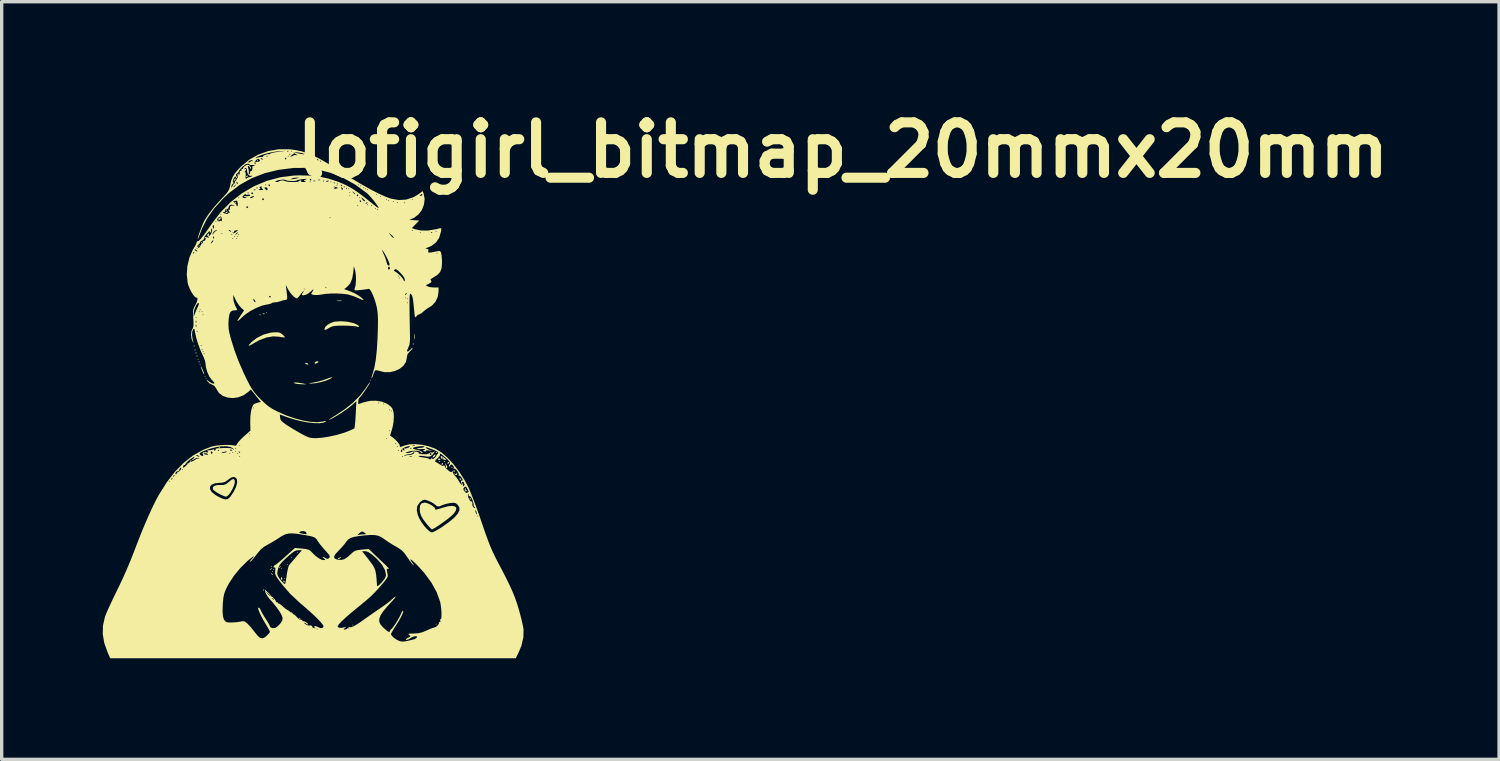
<source format=kicad_pcb>
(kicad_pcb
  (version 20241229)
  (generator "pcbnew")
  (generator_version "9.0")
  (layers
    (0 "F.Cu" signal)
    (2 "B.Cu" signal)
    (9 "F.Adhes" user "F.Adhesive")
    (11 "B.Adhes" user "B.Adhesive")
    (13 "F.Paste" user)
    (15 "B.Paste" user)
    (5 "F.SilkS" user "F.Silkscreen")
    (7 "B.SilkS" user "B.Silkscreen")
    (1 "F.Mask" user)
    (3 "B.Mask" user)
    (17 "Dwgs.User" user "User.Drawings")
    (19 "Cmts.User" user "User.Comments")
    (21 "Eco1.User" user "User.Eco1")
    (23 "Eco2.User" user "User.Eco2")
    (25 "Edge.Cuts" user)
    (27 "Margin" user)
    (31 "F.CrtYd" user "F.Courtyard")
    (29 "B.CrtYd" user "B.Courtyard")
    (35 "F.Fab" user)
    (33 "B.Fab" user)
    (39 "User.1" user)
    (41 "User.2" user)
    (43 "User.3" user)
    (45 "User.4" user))
  (footprint "lofigirl_bitmap_20mmx20mm"
    (layer "F.Cu")
    (at 6.73 6.484)
    (property "Reference" "lofigirl_bitmap_20mmx20mm" (at 15.24 -5.08 0) (layer "F.SilkS") (effects (font (size 1.5 1.5) (thickness 0.3))))
    (attr board_only exclude_from_pos_files exclude_from_bom)
    (fp_poly (pts (xy -4.209 4.224) (xy -4.224 4.238) (xy -4.238 4.224) (xy -4.224 4.209)) (stroke (width 0) (type solid)) (fill yes) (layer "F.SilkS"))
    (fp_poly (pts (xy -3.885 1.133) (xy -3.9 1.148) (xy -3.914 1.133) (xy -3.9 1.118)) (stroke (width 0) (type solid)) (fill yes) (layer "F.SilkS"))
    (fp_poly (pts (xy -3.826 1.28) (xy -3.841 1.295) (xy -3.856 1.28) (xy -3.841 1.266)) (stroke (width 0) (type solid)) (fill yes) (layer "F.SilkS"))
    (fp_poly (pts (xy -3.679 1.633) (xy -3.694 1.648) (xy -3.708 1.633) (xy -3.694 1.619)) (stroke (width 0) (type solid)) (fill yes) (layer "F.SilkS"))
    (fp_poly (pts (xy -3.679 3.929) (xy -3.694 3.944) (xy -3.708 3.929) (xy -3.694 3.914)) (stroke (width 0) (type solid)) (fill yes) (layer "F.SilkS"))
    (fp_poly (pts (xy -3.65 1.692) (xy -3.664 1.707) (xy -3.679 1.692) (xy -3.664 1.678)) (stroke (width 0) (type solid)) (fill yes) (layer "F.SilkS"))
    (fp_poly (pts (xy -1.854 -0.25) (xy -1.869 -0.235) (xy -1.884 -0.25) (xy -1.869 -0.265)) (stroke (width 0) (type solid)) (fill yes) (layer "F.SilkS"))
    (fp_poly (pts (xy -1.707 7.284) (xy -1.722 7.299) (xy -1.737 7.284) (xy -1.722 7.27)) (stroke (width 0) (type solid)) (fill yes) (layer "F.SilkS"))
    (fp_poly (pts (xy -1.678 7.432) (xy -1.692 7.446) (xy -1.707 7.432) (xy -1.692 7.417)) (stroke (width 0) (type solid)) (fill yes) (layer "F.SilkS"))
    (fp_poly (pts (xy -1.648 7.373) (xy -1.663 7.387) (xy -1.678 7.373) (xy -1.663 7.358)) (stroke (width 0) (type solid)) (fill yes) (layer "F.SilkS"))
    (fp_poly (pts (xy -1.413 7.343) (xy -1.427 7.358) (xy -1.442 7.343) (xy -1.427 7.329)) (stroke (width 0) (type solid)) (fill yes) (layer "F.SilkS"))
    (fp_poly (pts (xy -1.324 7.638) (xy -1.339 7.652) (xy -1.354 7.638) (xy -1.339 7.623)) (stroke (width 0) (type solid)) (fill yes) (layer "F.SilkS"))
    (fp_poly (pts (xy -1.236 7.226) (xy -1.251 7.24) (xy -1.266 7.226) (xy -1.251 7.211)) (stroke (width 0) (type solid)) (fill yes) (layer "F.SilkS"))
    (fp_poly (pts (xy -1.118 7.02) (xy -1.133 7.034) (xy -1.148 7.02) (xy -1.133 7.005)) (stroke (width 0) (type solid)) (fill yes) (layer "F.SilkS"))
    (fp_poly (pts (xy -0.942 6.872) (xy -0.957 6.887) (xy -0.971 6.872) (xy -0.957 6.858)) (stroke (width 0) (type solid)) (fill yes) (layer "F.SilkS"))
    (fp_poly (pts (xy 0.706 9.021) (xy 0.692 9.036) (xy 0.677 9.021) (xy 0.692 9.006)) (stroke (width 0) (type solid)) (fill yes) (layer "F.SilkS"))
    (fp_poly (pts (xy 1.236 1.751) (xy 1.221 1.766) (xy 1.207 1.751) (xy 1.221 1.737)) (stroke (width 0) (type solid)) (fill yes) (layer "F.SilkS"))
    (fp_poly (pts (xy 3.179 8.992) (xy 3.164 9.006) (xy 3.149 8.992) (xy 3.164 8.977)) (stroke (width 0) (type solid)) (fill yes) (layer "F.SilkS"))
    (fp_poly (pts (xy 3.65 4.341) (xy 3.635 4.356) (xy 3.62 4.341) (xy 3.635 4.327)) (stroke (width 0) (type solid)) (fill yes) (layer "F.SilkS"))
    (fp_poly (pts (xy -4.013 0.716) (xy -4.009 0.751) (xy -4.013 0.755) (xy -4.03 0.751) (xy -4.032 0.736) (xy -4.021 0.712)) (stroke (width 0) (type solid)) (fill yes) (layer "F.SilkS"))
    (fp_poly (pts (xy -3.983 0.834) (xy -3.98 0.869) (xy -3.983 0.873) (xy -4.001 0.869) (xy -4.003 0.854) (xy -3.992 0.829)) (stroke (width 0) (type solid)) (fill yes) (layer "F.SilkS"))
    (fp_poly (pts (xy -3.954 0.922) (xy -3.95 0.957) (xy -3.954 0.961) (xy -3.971 0.957) (xy -3.973 0.942) (xy -3.963 0.918)) (stroke (width 0) (type solid)) (fill yes) (layer "F.SilkS"))
    (fp_poly (pts (xy -3.924 1.011) (xy -3.921 1.045) (xy -3.924 1.05) (xy -3.942 1.046) (xy -3.944 1.03) (xy -3.933 1.006)) (stroke (width 0) (type solid)) (fill yes) (layer "F.SilkS"))
    (fp_poly (pts (xy -3.865 -2.256) (xy -3.862 -2.222) (xy -3.865 -2.217) (xy -3.883 -2.221) (xy -3.885 -2.237) (xy -3.874 -2.261)) (stroke (width 0) (type solid)) (fill yes) (layer "F.SilkS"))
    (fp_poly (pts (xy -3.865 1.187) (xy -3.862 1.222) (xy -3.865 1.226) (xy -3.883 1.222) (xy -3.885 1.207) (xy -3.874 1.182)) (stroke (width 0) (type solid)) (fill yes) (layer "F.SilkS"))
    (fp_poly (pts (xy -3.247 3.748) (xy -3.251 3.765) (xy -3.267 3.767) (xy -3.291 3.757) (xy -3.287 3.748) (xy -3.252 3.744)) (stroke (width 0) (type solid)) (fill yes) (layer "F.SilkS"))
    (fp_poly (pts (xy -2.129 -4.788) (xy -2.125 -4.753) (xy -2.129 -4.748) (xy -2.146 -4.752) (xy -2.149 -4.768) (xy -2.138 -4.792)) (stroke (width 0) (type solid)) (fill yes) (layer "F.SilkS"))
    (fp_poly (pts (xy -2.041 -0.196) (xy -2.045 -0.179) (xy -2.06 -0.177) (xy -2.084 -0.187) (xy -2.08 -0.196) (xy -2.045 -0.2)) (stroke (width 0) (type solid)) (fill yes) (layer "F.SilkS"))
    (fp_poly (pts (xy -1.952 7.957) (xy -1.949 7.991) (xy -1.952 7.996) (xy -1.97 7.992) (xy -1.972 7.976) (xy -1.961 7.952)) (stroke (width 0) (type solid)) (fill yes) (layer "F.SilkS"))
    (fp_poly (pts (xy -1.921 -0.224) (xy -1.93 -0.21) (xy -1.96 -0.208) (xy -1.991 -0.216) (xy -1.977 -0.226) (xy -1.931 -0.23)) (stroke (width 0) (type solid)) (fill yes) (layer "F.SilkS"))
    (fp_poly (pts (xy 2.492 0.657) (xy 2.495 0.692) (xy 2.492 0.697) (xy 2.474 0.693) (xy 2.472 0.677) (xy 2.483 0.653)) (stroke (width 0) (type solid)) (fill yes) (layer "F.SilkS"))
    (fp_poly (pts (xy 3.198 3.895) (xy 3.194 3.912) (xy 3.179 3.914) (xy 3.154 3.904) (xy 3.159 3.895) (xy 3.194 3.891)) (stroke (width 0) (type solid)) (fill yes) (layer "F.SilkS"))
    (fp_poly (pts (xy 3.287 4.16) (xy 3.283 4.177) (xy 3.267 4.179) (xy 3.243 4.169) (xy 3.247 4.16) (xy 3.282 4.156)) (stroke (width 0) (type solid)) (fill yes) (layer "F.SilkS"))
    (fp_poly (pts (xy 3.434 4.16) (xy 3.43 4.177) (xy 3.414 4.179) (xy 3.39 4.169) (xy 3.395 4.16) (xy 3.429 4.156)) (stroke (width 0) (type solid)) (fill yes) (layer "F.SilkS"))
    (fp_poly (pts (xy -3.801 -2.343) (xy -3.77 -2.313) (xy -3.776 -2.296) (xy -3.78 -2.296) (xy -3.805 -2.317) (xy -3.814 -2.33) (xy -3.818 -2.35)) (stroke (width 0) (type solid)) (fill yes) (layer "F.SilkS"))
    (fp_poly (pts (xy -3.017 -3.237) (xy -3.048 -3.213) (xy -3.082 -3.209) (xy -3.09 -3.22) (xy -3.067 -3.239) (xy -3.045 -3.249) (xy -3.014 -3.251)) (stroke (width 0) (type solid)) (fill yes) (layer "F.SilkS"))
    (fp_poly (pts (xy -2.801 -3.549) (xy -2.769 -3.52) (xy -2.775 -3.503) (xy -2.78 -3.502) (xy -2.805 -3.523) (xy -2.814 -3.536) (xy -2.817 -3.557)) (stroke (width 0) (type solid)) (fill yes) (layer "F.SilkS"))
    (fp_poly (pts (xy -1.712 7.488) (xy -1.68 7.517) (xy -1.687 7.534) (xy -1.691 7.535) (xy -1.716 7.514) (xy -1.725 7.501) (xy -1.728 7.481)) (stroke (width 0) (type solid)) (fill yes) (layer "F.SilkS"))
    (fp_poly (pts (xy -1.337 7.709) (xy -1.334 7.727) (xy -1.341 7.767) (xy -1.362 7.751) (xy -1.367 7.743) (xy -1.366 7.706) (xy -1.359 7.7)) (stroke (width 0) (type solid)) (fill yes) (layer "F.SilkS"))
    (fp_poly (pts (xy -0.888 8.812) (xy -0.856 8.839) (xy -0.854 8.846) (xy -0.868 8.858) (xy -0.897 8.831) (xy -0.9 8.825) (xy -0.904 8.805)) (stroke (width 0) (type solid)) (fill yes) (layer "F.SilkS"))
    (fp_poly (pts (xy 3.269 4.078) (xy 3.295 4.106) (xy 3.265 4.12) (xy 3.251 4.121) (xy 3.22 4.106) (xy 3.223 4.091) (xy 3.258 4.074)) (stroke (width 0) (type solid)) (fill yes) (layer "F.SilkS"))
    (fp_poly (pts (xy 4.175 5.251) (xy 4.206 5.28) (xy 4.2 5.298) (xy 4.196 5.298) (xy 4.171 5.277) (xy 4.162 5.264) (xy 4.158 5.244)) (stroke (width 0) (type solid)) (fill yes) (layer "F.SilkS"))
    (fp_poly (pts (xy -4.1 4.14) (xy -4.106 4.15) (xy -4.134 4.178) (xy -4.139 4.179) (xy -4.141 4.16) (xy -4.135 4.15) (xy -4.107 4.122) (xy -4.102 4.121)) (stroke (width 0) (type solid)) (fill yes) (layer "F.SilkS"))
    (fp_poly (pts (xy -3.041 -3.307) (xy -3.046 -3.296) (xy -3.074 -3.268) (xy -3.079 -3.267) (xy -3.081 -3.286) (xy -3.076 -3.296) (xy -3.048 -3.325) (xy -3.043 -3.326)) (stroke (width 0) (type solid)) (fill yes) (layer "F.SilkS"))
    (fp_poly (pts (xy -2.78 -4.221) (xy -2.796 -4.194) (xy -2.831 -4.158) (xy -2.843 -4.15) (xy -2.843 -4.172) (xy -2.836 -4.194) (xy -2.805 -4.233) (xy -2.789 -4.238)) (stroke (width 0) (type solid)) (fill yes) (layer "F.SilkS"))
    (fp_poly (pts (xy -2.424 -4.309) (xy -2.428 -4.297) (xy -2.455 -4.269) (xy -2.459 -4.268) (xy -2.472 -4.29) (xy -2.472 -4.297) (xy -2.45 -4.325) (xy -2.441 -4.327)) (stroke (width 0) (type solid)) (fill yes) (layer "F.SilkS"))
    (fp_poly (pts (xy -1.716 7.348) (xy -1.722 7.358) (xy -1.75 7.386) (xy -1.755 7.387) (xy -1.757 7.368) (xy -1.751 7.358) (xy -1.723 7.33) (xy -1.718 7.329)) (stroke (width 0) (type solid)) (fill yes) (layer "F.SilkS"))
    (fp_poly (pts (xy -1.451 7.289) (xy -1.457 7.299) (xy -1.485 7.327) (xy -1.49 7.329) (xy -1.492 7.31) (xy -1.486 7.299) (xy -1.459 7.271) (xy -1.453 7.27)) (stroke (width 0) (type solid)) (fill yes) (layer "F.SilkS"))
    (fp_poly (pts (xy -1.412 7.617) (xy -1.402 7.638) (xy -1.401 7.676) (xy -1.414 7.682) (xy -1.439 7.658) (xy -1.442 7.638) (xy -1.436 7.598) (xy -1.431 7.594)) (stroke (width 0) (type solid)) (fill yes) (layer "F.SilkS"))
    (fp_poly (pts (xy -0.648 1.252) (xy -0.633 1.266) (xy -0.63 1.292) (xy -0.666 1.287) (xy -0.706 1.266) (xy -0.734 1.243) (xy -0.707 1.237) (xy -0.701 1.237)) (stroke (width 0) (type solid)) (fill yes) (layer "F.SilkS"))
    (fp_poly (pts (xy 0.344 7.018) (xy 0.324 7.034) (xy 0.27 7.059) (xy 0.25 7.063) (xy 0.245 7.051) (xy 0.265 7.034) (xy 0.319 7.009) (xy 0.338 7.006)) (stroke (width 0) (type solid)) (fill yes) (layer "F.SilkS"))
    (fp_poly (pts (xy 0.361 -0.609) (xy 0.374 -0.602) (xy 0.338 -0.598) (xy 0.294 -0.597) (xy 0.231 -0.599) (xy 0.213 -0.605) (xy 0.228 -0.609) (xy 0.314 -0.614)) (stroke (width 0) (type solid)) (fill yes) (layer "F.SilkS"))
    (fp_poly (pts (xy 2.523 0.39) (xy 2.528 0.477) (xy 2.522 0.538) (xy 2.516 0.549) (xy 2.511 0.511) (xy 2.51 0.456) (xy 2.512 0.389) (xy 2.518 0.37)) (stroke (width 0) (type solid)) (fill yes) (layer "F.SilkS"))
    (fp_poly (pts (xy 3.149 3.966) (xy 3.129 4.008) (xy 3.105 4.032) (xy 3.07 4.05) (xy 3.061 4.039) (xy 3.081 3.998) (xy 3.105 3.973) (xy 3.141 3.956)) (stroke (width 0) (type solid)) (fill yes) (layer "F.SilkS"))
    (fp_poly (pts (xy 3.375 4.227) (xy 3.37 4.238) (xy 3.344 4.266) (xy 3.339 4.268) (xy 3.326 4.245) (xy 3.326 4.238) (xy 3.348 4.21) (xy 3.357 4.209)) (stroke (width 0) (type solid)) (fill yes) (layer "F.SilkS"))
    (fp_poly (pts (xy 3.551 4.197) (xy 3.547 4.209) (xy 3.52 4.237) (xy 3.515 4.238) (xy 3.503 4.215) (xy 3.502 4.209) (xy 3.525 4.181) (xy 3.534 4.179)) (stroke (width 0) (type solid)) (fill yes) (layer "F.SilkS"))
    (fp_poly (pts (xy 3.885 4.665) (xy 3.913 4.691) (xy 3.914 4.696) (xy 3.892 4.709) (xy 3.885 4.709) (xy 3.857 4.687) (xy 3.856 4.678) (xy 3.874 4.66)) (stroke (width 0) (type solid)) (fill yes) (layer "F.SilkS"))
    (fp_poly (pts (xy -0.329 1.192) (xy -0.328 1.193) (xy -0.334 1.22) (xy -0.354 1.237) (xy -0.414 1.264) (xy -0.441 1.247) (xy -0.441 1.239) (xy -0.418 1.208) (xy -0.369 1.188)) (stroke (width 0) (type solid)) (fill yes) (layer "F.SilkS"))
    (fp_poly (pts (xy 3.431 4.22) (xy 3.457 4.251) (xy 3.498 4.317) (xy 3.491 4.351) (xy 3.468 4.356) (xy 3.448 4.345) (xy 3.452 4.337) (xy 3.456 4.3) (xy 3.441 4.256) (xy 3.421 4.214)) (stroke (width 0) (type solid)) (fill yes) (layer "F.SilkS"))
    (fp_poly (pts (xy -3.813 1.342) (xy -3.783 1.399) (xy -3.765 1.439) (xy -3.733 1.517) (xy -3.718 1.569) (xy -3.719 1.58) (xy -3.736 1.563) (xy -3.764 1.506) (xy -3.778 1.472) (xy -3.812 1.382) (xy -3.823 1.338)) (stroke (width 0) (type solid)) (fill yes) (layer "F.SilkS"))
    (fp_poly (pts (xy 3.793 4.499) (xy 3.793 4.509) (xy 3.781 4.564) (xy 3.743 4.572) (xy 3.704 4.54) (xy 3.679 4.505) (xy 3.694 4.512) (xy 3.713 4.527) (xy 3.753 4.549) (xy 3.773 4.523) (xy 3.776 4.512) (xy 3.787 4.477)) (stroke (width 0) (type solid)) (fill yes) (layer "F.SilkS"))
    (fp_poly (pts (xy 4.045 4.981) (xy 4.044 4.986) (xy 4.035 5.025) (xy 4.06 5.019) (xy 4.061 5.018) (xy 4.086 5.01) (xy 4.079 5.028) (xy 4.049 5.06) (xy 4.02 5.037) (xy 4.016 5.03) (xy 4.016 4.985) (xy 4.031 4.964) (xy 4.053 4.949)) (stroke (width 0) (type solid)) (fill yes) (layer "F.SilkS"))
    (fp_poly (pts (xy -3.222 -3.069) (xy -3.248 -3.018) (xy -3.286 -2.985) (xy -3.306 -2.994) (xy -3.304 -3.017) (xy -3.296 -3.017) (xy -3.282 -3.002) (xy -3.267 -3.017) (xy -3.282 -3.032) (xy -3.296 -3.017) (xy -3.304 -3.017) (xy -3.303 -3.035) (xy -3.281 -3.062) (xy -3.234 -3.087)) (stroke (width 0) (type solid)) (fill yes) (layer "F.SilkS"))
    (fp_poly (pts (xy -0.964 1.823) (xy -0.867 1.835) (xy -0.758 1.855) (xy -0.706 1.866) (xy -0.698 1.873) (xy -0.734 1.875) (xy -0.799 1.874) (xy -0.878 1.87) (xy -0.955 1.863) (xy -0.964 1.862) (xy -1.029 1.848) (xy -1.059 1.829) (xy -1.06 1.827) (xy -1.033 1.82)) (stroke (width 0) (type solid)) (fill yes) (layer "F.SilkS"))
    (fp_poly (pts (xy 0.084 1.667) (xy 0.061 1.688) (xy 0.004 1.72) (xy -0.116 1.769) (xy -0.265 1.811) (xy -0.415 1.841) (xy -0.539 1.851) (xy -0.543 1.851) (xy -0.597 1.848) (xy -0.602 1.842) (xy -0.554 1.832) (xy -0.472 1.82) (xy -0.334 1.792) (xy -0.186 1.75) (xy -0.106 1.721) (xy -0.004 1.684) (xy 0.061 1.665)) (stroke (width 0) (type solid)) (fill yes) (layer "F.SilkS"))
    (fp_poly (pts (xy 3.355 4.02) (xy 3.413 4.06) (xy 3.414 4.061) (xy 3.463 4.1) (xy 3.466 4.114) (xy 3.425 4.113) (xy 3.421 4.113) (xy 3.355 4.097) (xy 3.325 4.079) (xy 3.302 4.041) (xy 3.331 4.041) (xy 3.338 4.057) (xy 3.367 4.089) (xy 3.384 4.082) (xy 3.385 4.078) (xy 3.364 4.053) (xy 3.351 4.044) (xy 3.331 4.041) (xy 3.302 4.041) (xy 3.299 4.035) (xy 3.306 4.006) (xy 3.318 4.003)) (stroke (width 0) (type solid)) (fill yes) (layer "F.SilkS"))
    (fp_poly (pts (xy -1.501 0.334) (xy -1.448 0.356) (xy -1.398 0.393) (xy -1.346 0.442) (xy -1.323 0.475) (xy -1.324 0.48) (xy -1.359 0.482) (xy -1.432 0.473) (xy -1.496 0.461) (xy -1.675 0.451) (xy -1.874 0.486) (xy -2.08 0.562) (xy -2.212 0.634) (xy -2.32 0.698) (xy -2.382 0.728) (xy -2.4 0.724) (xy -2.374 0.685) (xy -2.324 0.63) (xy -2.162 0.5) (xy -1.966 0.401) (xy -1.756 0.343) (xy -1.682 0.334) (xy -1.572 0.329)) (stroke (width 0) (type solid)) (fill yes) (layer "F.SilkS"))
    (fp_poly (pts (xy -2.829 4.698) (xy -2.811 4.736) (xy -2.812 4.804) (xy -2.841 4.896) (xy -2.888 4.998) (xy -2.946 5.095) (xy -3.006 5.169) (xy -3.06 5.208) (xy -3.072 5.21) (xy -3.117 5.197) (xy -3.195 5.164) (xy -3.267 5.129) (xy -3.358 5.076) (xy -3.428 5.025) (xy -3.457 4.994) (xy -3.465 4.937) (xy -3.425 4.892) (xy -3.342 4.866) (xy -3.235 4.862) (xy -3.144 4.862) (xy -3.075 4.839) (xy -3.001 4.784) (xy -2.991 4.775) (xy -2.91 4.709) (xy -2.86 4.684)) (stroke (width 0) (type solid)) (fill yes) (layer "F.SilkS"))
    (fp_poly (pts (xy 0.532 0.017) (xy 0.705 0.055) (xy 0.758 0.074) (xy 0.835 0.112) (xy 0.877 0.145) (xy 0.88 0.167) (xy 0.841 0.168) (xy 0.802 0.158) (xy 0.739 0.147) (xy 0.634 0.139) (xy 0.503 0.133) (xy 0.412 0.132) (xy 0.266 0.134) (xy 0.164 0.141) (xy 0.09 0.154) (xy 0.03 0.178) (xy -0.009 0.199) (xy -0.088 0.244) (xy -0.129 0.261) (xy -0.145 0.251) (xy -0.147 0.223) (xy -0.121 0.166) (xy -0.054 0.105) (xy 0.039 0.052) (xy 0.141 0.017) (xy 0.165 0.013) (xy 0.343 0.002)) (stroke (width 0) (type solid)) (fill yes) (layer "F.SilkS"))
    (fp_poly (pts (xy 2.901 5.401) (xy 2.983 5.437) (xy 3.062 5.484) (xy 3.118 5.532) (xy 3.135 5.563) (xy 3.139 5.586) (xy 3.159 5.593) (xy 3.205 5.585) (xy 3.29 5.56) (xy 3.361 5.536) (xy 3.523 5.493) (xy 3.646 5.482) (xy 3.728 5.5) (xy 3.765 5.545) (xy 3.755 5.616) (xy 3.693 5.709) (xy 3.659 5.745) (xy 3.597 5.801) (xy 3.507 5.873) (xy 3.401 5.952) (xy 3.291 6.031) (xy 3.187 6.1) (xy 3.103 6.152) (xy 3.049 6.179) (xy 3.04 6.181) (xy 3.012 6.159) (xy 2.958 6.103) (xy 2.89 6.023) (xy 2.878 6.009) (xy 2.78 5.879) (xy 2.719 5.773) (xy 2.687 5.675) (xy 2.678 5.568) (xy 2.678 5.567) (xy 2.693 5.463) (xy 2.739 5.405) (xy 2.825 5.386) (xy 2.833 5.386)) (stroke (width 0) (type solid)) (fill yes) (layer "F.SilkS"))
    (fp_poly (pts (xy -1.184 -5.102) (xy -1.133 -5.097) (xy -0.963 -5.071) (xy -0.803 -5.035) (xy -0.646 -4.985) (xy -0.482 -4.916) (xy -0.302 -4.826) (xy -0.097 -4.709) (xy 0.14 -4.563) (xy 0.285 -4.471) (xy 0.621 -4.259) (xy 0.931 -4.074) (xy 1.211 -3.916) (xy 1.457 -3.789) (xy 1.665 -3.695) (xy 1.823 -3.638) (xy 2.058 -3.596) (xy 2.201 -3.605) (xy 2.443 -3.605) (xy 2.458 -3.591) (xy 2.472 -3.605) (xy 2.458 -3.62) (xy 2.443 -3.605) (xy 2.201 -3.605) (xy 2.285 -3.611) (xy 2.498 -3.682) (xy 2.568 -3.724) (xy 2.678 -3.724) (xy 2.702 -3.719) (xy 2.718 -3.718) (xy 2.753 -3.741) (xy 2.757 -3.757) (xy 2.746 -3.78) (xy 2.718 -3.763) (xy 2.684 -3.732) (xy 2.678 -3.724) (xy 2.568 -3.724) (xy 2.66 -3.781) (xy 2.766 -3.862) (xy 2.796 -3.783) (xy 2.825 -3.628) (xy 2.806 -3.464) (xy 2.746 -3.308) (xy 2.648 -3.173) (xy 2.521 -3.074) (xy 2.491 -3.06) (xy 2.371 -3.006) (xy 2.517 -2.997) (xy 2.664 -2.987) (xy 2.555 -2.876) (xy 2.446 -2.764) (xy 2.525 -2.734) (xy 2.709 -2.692) (xy 2.928 -2.691) (xy 3.173 -2.732) (xy 3.262 -2.755) (xy 3.305 -2.763) (xy 3.32 -2.745) (xy 3.315 -2.688) (xy 3.31 -2.66) (xy 3.258 -2.479) (xy 3.168 -2.342) (xy 3.036 -2.24) (xy 2.927 -2.192) (xy 2.862 -2.167) (xy 2.851 -2.153) (xy 2.88 -2.15) (xy 2.931 -2.139) (xy 2.937 -2.099) (xy 2.934 -2.086) (xy 2.929 -2.055) (xy 2.94 -2.038) (xy 2.977 -2.035) (xy 3.05 -2.046) (xy 3.17 -2.07) (xy 3.199 -2.076) (xy 3.266 -2.085) (xy 3.299 -2.063) (xy 3.317 -2.012) (xy 3.329 -1.938) (xy 3.338 -1.831) (xy 3.341 -1.731) (xy 3.328 -1.576) (xy 3.286 -1.462) (xy 3.205 -1.373) (xy 3.095 -1.305) (xy 3.029 -1.265) (xy 2.998 -1.233) (xy 3.001 -1.222) (xy 3.03 -1.183) (xy 3.003 -1.141) (xy 2.938 -1.106) (xy 2.879 -1.078) (xy 2.868 -1.06) (xy 2.901 -1.037) (xy 2.907 -1.034) (xy 2.974 -1.013) (xy 3.069 -1.002) (xy 3.103 -1.001) (xy 3.238 -1.001) (xy 3.238 -0.874) (xy 3.213 -0.719) (xy 3.147 -0.578) (xy 3.048 -0.468) (xy 2.987 -0.428) (xy 2.892 -0.37) (xy 2.805 -0.301) (xy 2.79 -0.287) (xy 2.727 -0.234) (xy 2.674 -0.207) (xy 2.667 -0.206) (xy 2.618 -0.184) (xy 2.58 -0.144) (xy 2.557 -0.116) (xy 2.542 -0.119) (xy 2.531 -0.161) (xy 2.521 -0.251) (xy 2.518 -0.284) (xy 2.5 -0.465) (xy 2.485 -0.596) (xy 2.471 -0.687) (xy 2.455 -0.746) (xy 2.437 -0.784) (xy 2.418 -0.805) (xy 2.406 -0.814) (xy 2.396 -0.813) (xy 2.388 -0.798) (xy 2.382 -0.765) (xy 2.378 -0.707) (xy 2.376 -0.621) (xy 2.376 -0.502) (xy 2.377 -0.346) (xy 2.379 -0.146) (xy 2.384 0.101) (xy 2.389 0.4) (xy 2.392 0.546) (xy 2.375 0.698) (xy 2.339 0.788) (xy 2.305 0.864) (xy 2.31 0.902) (xy 2.345 0.896) (xy 2.401 0.845) (xy 2.446 0.799) (xy 2.471 0.788) (xy 2.472 0.793) (xy 2.452 0.83) (xy 2.402 0.886) (xy 2.384 0.902) (xy 2.32 0.976) (xy 2.297 1.06) (xy 2.296 1.092) (xy 2.268 1.215) (xy 2.193 1.325) (xy 2.082 1.415) (xy 1.943 1.479) (xy 1.789 1.513) (xy 1.629 1.512) (xy 1.52 1.486) (xy 1.434 1.463) (xy 1.372 1.456) (xy 1.354 1.462) (xy 1.331 1.504) (xy 1.303 1.577) (xy 1.296 1.599) (xy 1.271 1.666) (xy 1.251 1.699) (xy 1.248 1.699) (xy 1.25 1.667) (xy 1.268 1.599) (xy 1.282 1.557) (xy 1.333 1.378) (xy 1.374 1.147) (xy 1.405 0.862) (xy 1.426 0.523) (xy 1.432 0.368) (xy 1.438 0.152) (xy 1.44 -0.017) (xy 1.436 -0.151) (xy 1.428 -0.261) (xy 1.414 -0.36) (xy 1.403 -0.42) (xy 1.371 -0.544) (xy 2.296 -0.544) (xy 2.31 -0.53) (xy 2.325 -0.544) (xy 2.31 -0.559) (xy 2.296 -0.544) (xy 1.371 -0.544) (xy 1.369 -0.554) (xy 1.333 -0.662) (xy 2.296 -0.662) (xy 2.31 -0.648) (xy 2.325 -0.662) (xy 2.31 -0.677) (xy 2.296 -0.662) (xy 1.333 -0.662) (xy 1.326 -0.685) (xy 1.323 -0.692) (xy 2.237 -0.692) (xy 2.252 -0.677) (xy 2.266 -0.692) (xy 2.252 -0.706) (xy 2.237 -0.692) (xy 1.323 -0.692) (xy 1.292 -0.769) (xy 2.244 -0.769) (xy 2.266 -0.783) (xy 2.27 -0.787) (xy 2.293 -0.825) (xy 2.29 -0.84) (xy 2.268 -0.831) (xy 2.253 -0.803) (xy 2.244 -0.769) (xy 1.292 -0.769) (xy 1.278 -0.802) (xy 1.231 -0.894) (xy 1.189 -0.95) (xy 1.162 -0.961) (xy 1.118 -0.951) (xy 1.033 -0.939) (xy 0.928 -0.926) (xy 0.822 -0.916) (xy 0.764 -0.915) (xy 0.742 -0.926) (xy 0.745 -0.95) (xy 0.749 -0.96) (xy 0.773 -1.06) (xy 0.786 -1.193) (xy 0.786 -1.28) (xy 2.06 -1.28) (xy 2.075 -1.266) (xy 2.09 -1.28) (xy 2.075 -1.295) (xy 2.06 -1.28) (xy 0.786 -1.28) (xy 0.786 -1.334) (xy 0.785 -1.339) (xy 2.031 -1.339) (xy 2.046 -1.324) (xy 2.06 -1.339) (xy 2.046 -1.354) (xy 2.031 -1.339) (xy 0.785 -1.339) (xy 0.772 -1.459) (xy 0.764 -1.497) (xy 1.914 -1.497) (xy 1.938 -1.479) (xy 1.999 -1.442) (xy 2.074 -1.379) (xy 2.143 -1.308) (xy 2.188 -1.247) (xy 2.193 -1.234) (xy 2.216 -1.184) (xy 2.232 -1.191) (xy 2.237 -1.24) (xy 2.217 -1.294) (xy 2.163 -1.37) (xy 2.103 -1.436) (xy 2.027 -1.508) (xy 1.978 -1.541) (xy 1.946 -1.541) (xy 1.934 -1.532) (xy 1.914 -1.497) (xy 0.764 -1.497) (xy 0.763 -1.501) (xy 0.741 -1.575) (xy 1.737 -1.575) (xy 1.752 -1.535) (xy 1.766 -1.53) (xy 1.792 -1.554) (xy 1.795 -1.575) (xy 1.779 -1.614) (xy 1.766 -1.619) (xy 1.74 -1.595) (xy 1.737 -1.575) (xy 0.741 -1.575) (xy 0.724 -1.633) (xy 0.706 -1.442) (xy 0.672 -1.255) (xy 0.612 -1.115) (xy 0.52 -1.015) (xy 0.512 -1.009) (xy 0.435 -0.952) (xy 0.61 -0.888) (xy 0.727 -0.838) (xy 0.84 -0.775) (xy 0.936 -0.71) (xy 0.998 -0.653) (xy 1.01 -0.632) (xy 0.994 -0.628) (xy 0.937 -0.648) (xy 0.857 -0.684) (xy 0.736 -0.735) (xy 0.604 -0.778) (xy 0.533 -0.795) (xy 0.385 -0.813) (xy 0.211 -0.822) (xy 0.031 -0.82) (xy -0.131 -0.809) (xy -0.235 -0.792) (xy -0.341 -0.777) (xy -0.44 -0.776) (xy -0.464 -0.78) (xy -0.527 -0.795) (xy -0.542 -0.816) (xy -0.518 -0.859) (xy -0.516 -0.862) (xy -0.477 -0.925) (xy -0.477 -0.945) (xy -0.514 -0.921) (xy -0.555 -0.882) (xy -0.631 -0.822) (xy -0.713 -0.781) (xy -0.782 -0.766) (xy -0.816 -0.777) (xy -0.815 -0.81) (xy -0.8 -0.83) (xy -0.769 -0.876) (xy -0.765 -0.893) (xy -0.78 -0.888) (xy -0.819 -0.845) (xy -0.854 -0.799) (xy -0.909 -0.729) (xy -0.952 -0.685) (xy -0.967 -0.677) (xy -1.023 -0.7) (xy -1.094 -0.762) (xy -1.166 -0.848) (xy -1.223 -0.937) (xy -1.233 -0.957) (xy -0.765 -0.957) (xy -0.751 -0.942) (xy -0.736 -0.957) (xy -0.751 -0.971) (xy -0.765 -0.957) (xy -1.233 -0.957) (xy -1.257 -1.001) (xy -0.118 -1.001) (xy -0.107 -0.976) (xy -0.098 -0.981) (xy -0.095 -1.016) (xy -0.098 -1.02) (xy -0.116 -1.016) (xy -0.118 -1.001) (xy -1.257 -1.001) (xy -1.296 -1.074) (xy -1.276 -0.912) (xy -1.261 -0.783) (xy -1.255 -0.701) (xy -1.26 -0.656) (xy -1.278 -0.636) (xy -1.308 -0.631) (xy -1.31 -0.631) (xy -1.38 -0.618) (xy -1.451 -0.594) (xy -1.543 -0.568) (xy -1.619 -0.559) (xy -1.685 -0.551) (xy -1.719 -0.534) (xy -1.756 -0.515) (xy -1.829 -0.498) (xy -1.861 -0.494) (xy -2.007 -0.46) (xy -2.175 -0.393) (xy -2.345 -0.303) (xy -2.498 -0.2) (xy -2.589 -0.121) (xy -2.674 -0.04) (xy -2.721 -0.005) (xy -2.731 -0.014) (xy -2.702 -0.069) (xy -2.637 -0.169) (xy -2.636 -0.17) (xy -2.535 -0.317) (xy -2.625 -0.401) (xy -2.691 -0.479) (xy -2.758 -0.581) (xy -2.784 -0.632) (xy -2.259 -0.632) (xy -2.236 -0.586) (xy -2.207 -0.56) (xy -2.204 -0.559) (xy -2.197 -0.58) (xy -2.213 -0.617) (xy -2.245 -0.658) (xy -2.259 -0.665) (xy -2.259 -0.632) (xy -2.784 -0.632) (xy -2.785 -0.633) (xy -2.834 -0.738) (xy -1.795 -0.738) (xy -1.774 -0.708) (xy -1.766 -0.706) (xy -1.737 -0.716) (xy -1.737 -0.719) (xy -1.757 -0.744) (xy -1.766 -0.751) (xy -1.793 -0.748) (xy -1.795 -0.738) (xy -2.834 -0.738) (xy -2.854 -0.78) (xy -2.855 -0.676) (xy -2.841 -0.581) (xy -2.806 -0.478) (xy -2.796 -0.456) (xy -2.756 -0.378) (xy -2.743 -0.338) (xy -2.756 -0.325) (xy -2.798 -0.324) (xy -2.805 -0.324) (xy -2.884 -0.313) (xy -2.938 -0.274) (xy -2.971 -0.199) (xy -2.99 -0.078) (xy -2.996 -0.008) (xy -2.999 0.11) (xy -2.994 0.213) (xy -2.977 0.32) (xy -2.945 0.452) (xy -2.917 0.554) (xy -2.817 0.872) (xy -2.701 1.183) (xy -2.561 1.506) (xy -2.451 1.736) (xy -2.37 1.894) (xy -2.299 2.016) (xy -2.225 2.119) (xy -2.135 2.223) (xy -2.047 2.314) (xy -1.921 2.435) (xy -1.811 2.527) (xy -1.696 2.602) (xy -1.556 2.676) (xy -1.53 2.689) (xy -1.284 2.797) (xy -1.033 2.884) (xy -0.79 2.948) (xy -0.565 2.987) (xy -0.367 2.999) (xy -0.207 2.981) (xy -0.194 2.977) (xy -0.124 2.961) (xy -0.102 2.964) (xy -0.113 2.98) (xy -0.182 3.013) (xy -0.298 3.029) (xy -0.449 3.026) (xy -0.626 3.008) (xy -0.819 2.974) (xy -1.019 2.925) (xy -1.215 2.864) (xy -1.242 2.855) (xy -1.475 2.769) (xy -1.466 2.864) (xy -1.454 2.918) (xy -1.421 2.967) (xy -1.357 3.021) (xy -1.266 3.085) (xy -1.145 3.161) (xy -1 3.248) (xy -0.859 3.329) (xy -0.836 3.342) (xy -0.715 3.406) (xy -0.624 3.445) (xy -0.545 3.465) (xy -0.457 3.472) (xy -0.409 3.473) (xy -0.225 3.46) (xy -0.011 3.427) (xy 0.212 3.377) (xy 0.422 3.316) (xy 0.515 3.282) (xy 0.588 3.252) (xy 1.766 3.252) (xy 1.781 3.267) (xy 1.795 3.252) (xy 1.781 3.238) (xy 1.766 3.252) (xy 0.588 3.252) (xy 0.617 3.24) (xy 0.696 3.205) (xy 0.738 3.184) (xy 0.74 3.182) (xy 0.748 3.148) (xy 0.758 3.066) (xy 0.768 2.948) (xy 0.777 2.805) (xy 0.779 2.77) (xy 0.784 2.664) (xy 1.825 2.664) (xy 1.84 2.678) (xy 1.854 2.664) (xy 1.84 2.649) (xy 1.825 2.664) (xy 0.784 2.664) (xy 0.786 2.634) (xy 1.766 2.634) (xy 1.781 2.649) (xy 1.795 2.634) (xy 1.781 2.619) (xy 1.766 2.634) (xy 0.786 2.634) (xy 0.799 2.376) (xy 0.649 2.507) (xy 0.558 2.58) (xy 0.439 2.664) (xy 0.309 2.751) (xy 0.18 2.83) (xy 0.069 2.893) (xy -0.012 2.93) (xy -0.015 2.931) (xy -0.017 2.926) (xy 0.023 2.896) (xy 0.099 2.846) (xy 0.168 2.804) (xy 0.46 2.61) (xy 0.703 2.415) (xy 0.906 2.209) (xy 1.078 1.985) (xy 1.116 1.927) (xy 1.164 1.856) (xy 1.197 1.816) (xy 1.207 1.814) (xy 1.19 1.851) (xy 1.148 1.921) (xy 1.089 2.01) (xy 1.024 2.105) (xy 0.961 2.191) (xy 0.91 2.254) (xy 0.884 2.281) (xy 0.862 2.321) (xy 0.854 2.381) (xy 0.854 2.463) (xy 0.87 2.458) (xy 1.589 2.458) (xy 1.604 2.472) (xy 1.619 2.458) (xy 1.604 2.443) (xy 1.589 2.458) (xy 0.87 2.458) (xy 0.957 2.428) (xy 1.442 2.428) (xy 1.457 2.443) (xy 1.472 2.428) (xy 1.457 2.413) (xy 1.442 2.428) (xy 0.957 2.428) (xy 1.023 2.406) (xy 1.203 2.365) (xy 1.385 2.361) (xy 1.558 2.39) (xy 1.708 2.45) (xy 1.823 2.537) (xy 1.867 2.594) (xy 1.9 2.693) (xy 1.912 2.831) (xy 1.902 2.99) (xy 1.872 3.154) (xy 1.856 3.211) (xy 1.798 3.396) (xy 1.863 3.44) (xy 1.941 3.503) (xy 2.014 3.578) (xy 2.068 3.647) (xy 2.09 3.697) (xy 2.09 3.697) (xy 2.092 3.726) (xy 2.108 3.734) (xy 2.153 3.72) (xy 2.203 3.7) (xy 2.461 3.7) (xy 2.502 3.704) (xy 2.544 3.699) (xy 2.539 3.689) (xy 2.478 3.685) (xy 2.465 3.689) (xy 2.461 3.7) (xy 2.203 3.7) (xy 2.218 3.694) (xy 2.364 3.657) (xy 2.544 3.649) (xy 2.743 3.669) (xy 2.944 3.713) (xy 3.132 3.782) (xy 3.157 3.794) (xy 3.327 3.899) (xy 3.504 4.053) (xy 3.682 4.247) (xy 3.853 4.471) (xy 4.01 4.718) (xy 4.122 4.928) (xy 4.171 5.039) (xy 4.234 5.195) (xy 4.307 5.383) (xy 4.385 5.593) (xy 4.463 5.812) (xy 4.518 5.975) (xy 4.61 6.242) (xy 4.69 6.464) (xy 4.762 6.652) (xy 4.832 6.817) (xy 4.904 6.969) (xy 4.981 7.121) (xy 4.982 7.123) (xy 5.123 7.39) (xy 5.238 7.614) (xy 5.332 7.805) (xy 5.409 7.971) (xy 5.472 8.12) (xy 5.526 8.261) (xy 5.574 8.404) (xy 5.62 8.556) (xy 5.622 8.565) (xy 5.668 8.73) (xy 5.708 8.889) (xy 5.739 9.028) (xy 5.758 9.131) (xy 5.761 9.154) (xy 5.755 9.387) (xy 5.699 9.631) (xy 5.617 9.829) (xy 5.529 10.007) (xy -0.49 10.007) (xy -6.508 10.007) (xy -6.582 9.84) (xy -6.683 9.559) (xy -6.73 9.292) (xy -6.723 9.033) (xy -6.664 8.774) (xy -6.663 8.771) (xy -6.632 8.692) (xy -6.595 8.605) (xy -3.174 8.605) (xy -3.163 8.754) (xy -3.134 8.856) (xy -3.086 8.916) (xy -3.041 8.937) (xy -2.966 8.944) (xy -2.858 8.942) (xy -2.74 8.933) (xy -2.638 8.918) (xy -2.587 8.904) (xy -2.526 8.911) (xy -2.442 8.97) (xy -2.338 9.078) (xy -2.222 9.226) (xy -2.132 9.338) (xy -2.059 9.4) (xy -1.992 9.415) (xy -1.923 9.387) (xy -1.857 9.333) (xy -1.801 9.274) (xy -1.769 9.23) (xy -1.766 9.221) (xy -1.781 9.186) (xy -1.806 9.139) (xy -0.383 9.139) (xy -0.368 9.153) (xy -0.353 9.139) (xy -0.368 9.124) (xy -0.383 9.139) (xy -1.806 9.139) (xy -1.82 9.114) (xy -1.876 9.018) (xy -1.902 8.975) (xy -1.974 8.852) (xy -2.038 8.729) (xy -2.087 8.621) (xy -2.115 8.542) (xy -2.119 8.517) (xy -2.105 8.5) (xy -2.076 8.519) (xy -2.048 8.56) (xy -2.044 8.572) (xy -2.018 8.628) (xy -1.969 8.715) (xy -1.906 8.816) (xy -1.895 8.834) (xy -1.834 8.929) (xy -1.789 9.008) (xy -1.767 9.055) (xy -1.766 9.06) (xy -1.741 9.095) (xy -1.683 9.112) (xy -1.616 9.106) (xy -1.594 9.097) (xy -1.538 9.055) (xy -1.472 8.989) (xy -1.457 8.972) (xy -1.404 8.894) (xy -1.391 8.825) (xy -1.396 8.79) (xy -1.427 8.711) (xy -1.492 8.602) (xy -1.581 8.477) (xy -1.686 8.347) (xy -1.768 8.256) (xy -1.797 8.22) (xy -1.702 8.22) (xy -1.695 8.236) (xy -1.666 8.268) (xy -1.648 8.262) (xy -1.648 8.257) (xy -1.669 8.233) (xy -1.682 8.223) (xy -1.702 8.22) (xy -1.797 8.22) (xy -1.836 8.172) (xy -1.886 8.088) (xy -1.9 8.05) (xy -1.907 8.02) (xy -1.898 8.02) (xy -1.842 8.087) (xy -1.79 8.142) (xy -1.767 8.15) (xy -1.766 8.143) (xy -1.786 8.119) (xy -1.832 8.076) (xy -1.898 8.02) (xy -1.907 8.02) (xy -1.921 7.961) (xy -1.83 8.047) (xy -1.775 8.103) (xy -1.747 8.142) (xy -1.745 8.15) (xy -1.732 8.167) (xy -1.69 8.189) (xy -1.638 8.238) (xy -1.599 8.293) (xy -1.589 8.321) (xy -1.574 8.348) (xy -1.56 8.344) (xy -1.533 8.349) (xy -1.53 8.362) (xy -1.52 8.385) (xy -1.513 8.381) (xy -1.484 8.389) (xy -1.429 8.429) (xy -1.389 8.464) (xy -1.316 8.527) (xy -1.252 8.571) (xy -1.23 8.581) (xy -1.186 8.609) (xy -1.177 8.627) (xy -1.159 8.644) (xy -1.15 8.639) (xy -1.115 8.647) (xy -1.092 8.675) (xy -1.067 8.707) (xy -1.06 8.704) (xy -1.043 8.709) (xy -0.999 8.75) (xy -0.97 8.783) (xy -0.894 8.853) (xy -0.837 8.869) (xy -0.832 8.867) (xy -0.8 8.864) (xy -0.806 8.883) (xy -0.807 8.906) (xy -0.789 8.903) (xy -0.741 8.91) (xy -0.678 8.946) (xy -0.677 8.947) (xy -0.637 8.986) (xy -0.635 9.005) (xy -0.638 9.006) (xy -0.685 8.985) (xy -0.692 8.977) (xy -0.734 8.948) (xy -0.744 8.947) (xy -0.749 8.961) (xy -0.715 8.992) (xy -0.659 9.024) (xy -0.627 9.033) (xy -0.563 9.031) (xy -0.519 9.043) (xy -0.513 9.062) (xy -0.505 9.09) (xy -0.466 9.112) (xy -0.426 9.115) (xy -0.418 9.11) (xy -0.426 9.096) (xy -0.442 9.095) (xy -0.466 9.085) (xy -0.451 9.062) (xy -0.409 9.049) (xy -0.344 9.079) (xy -0.342 9.08) (xy -0.266 9.112) (xy -0.206 9.106) (xy -0.177 9.063) (xy -0.177 9.052) (xy -0.198 9.009) (xy -0.259 8.934) (xy -0.353 8.835) (xy -0.473 8.718) (xy -0.614 8.59) (xy -0.767 8.456) (xy -0.867 8.372) (xy -1.163 8.096) (xy -1.388 7.836) (xy -1.485 7.711) (xy -1.55 7.622) (xy -1.59 7.557) (xy -1.609 7.506) (xy -1.611 7.493) (xy -1.55 7.493) (xy -1.537 7.551) (xy -1.498 7.617) (xy -1.451 7.68) (xy -1.39 7.752) (xy -1.342 7.796) (xy -1.32 7.804) (xy -1.308 7.768) (xy -1.292 7.688) (xy -1.274 7.579) (xy -1.269 7.537) (xy -1.249 7.417) (xy -1.226 7.317) (xy -1.204 7.252) (xy -1.198 7.243) (xy -1.162 7.2) (xy -1.099 7.126) (xy -1.021 7.034) (xy -0.99 6.998) (xy -0.819 6.799) (xy -0.924 6.799) (xy -0.981 6.805) (xy -1.039 6.829) (xy -1.111 6.879) (xy -1.207 6.96) (xy -1.243 6.992) (xy -1.359 7.1) (xy -1.439 7.185) (xy -1.49 7.258) (xy -1.522 7.333) (xy -1.542 7.422) (xy -1.543 7.425) (xy -1.55 7.493) (xy -1.611 7.493) (xy -1.614 7.459) (xy -1.61 7.415) (xy -1.606 7.338) (xy -1.618 7.309) (xy -1.636 7.311) (xy -1.662 7.306) (xy -1.658 7.283) (xy -1.629 7.245) (xy -1.616 7.24) (xy -1.585 7.222) (xy -1.52 7.17) (xy -1.43 7.094) (xy -1.324 7.001) (xy -1.308 6.986) (xy -1.026 6.732) (xy -0.815 6.751) (xy -0.698 6.764) (xy -0.622 6.783) (xy -0.569 6.814) (xy -0.533 6.85) (xy -0.425 6.957) (xy -0.318 7.038) (xy -0.224 7.085) (xy -0.18 7.092) (xy -0.128 7.088) (xy -0.129 7.073) (xy -0.155 7.052) (xy -0.201 7.008) (xy -0.198 6.992) (xy -0.151 7.011) (xy -0.131 7.023) (xy -0.074 7.055) (xy -0.037 7.051) (xy -0.01 7.027) (xy 0.009 7) (xy 0.008 6.986) (xy 0.137 6.986) (xy 0.147 7.037) (xy 0.206 7.07) (xy 0.25 7.08) (xy 0.353 7.088) (xy 0.444 7.063) (xy 0.539 7) (xy 0.618 6.929) (xy 0.694 6.86) (xy 0.743 6.828) (xy 0.968 6.828) (xy 1.166 7.081) (xy 1.243 7.181) (xy 1.299 7.263) (xy 1.339 7.339) (xy 1.366 7.422) (xy 1.384 7.525) (xy 1.398 7.66) (xy 1.411 7.84) (xy 1.412 7.858) (xy 1.431 7.863) (xy 1.48 7.827) (xy 1.546 7.76) (xy 1.631 7.655) (xy 1.672 7.572) (xy 1.678 7.531) (xy 1.65 7.391) (xy 1.567 7.24) (xy 1.433 7.082) (xy 1.354 7.007) (xy 1.245 6.915) (xy 1.164 6.859) (xy 1.099 6.833) (xy 1.06 6.828) (xy 0.968 6.828) (xy 0.743 6.828) (xy 0.756 6.819) (xy 0.829 6.797) (xy 0.934 6.784) (xy 0.957 6.781) (xy 1.163 6.762) (xy 1.283 6.876) (xy 1.364 6.953) (xy 1.467 7.051) (xy 1.572 7.15) (xy 1.584 7.161) (xy 1.685 7.258) (xy 1.743 7.32) (xy 1.763 7.352) (xy 1.746 7.356) (xy 1.726 7.349) (xy 1.704 7.35) (xy 1.702 7.386) (xy 1.716 7.461) (xy 1.729 7.528) (xy 1.728 7.578) (xy 1.705 7.629) (xy 1.655 7.696) (xy 1.603 7.76) (xy 1.471 7.915) (xy 1.353 8.044) (xy 1.234 8.162) (xy 1.1 8.281) (xy 0.936 8.417) (xy 0.883 8.46) (xy 0.661 8.642) (xy 0.485 8.793) (xy 0.356 8.913) (xy 0.275 9.001) (xy 0.242 9.057) (xy 0.242 9.07) (xy 0.28 9.099) (xy 0.354 9.105) (xy 0.446 9.086) (xy 0.456 9.082) (xy 0.497 9.068) (xy 0.491 9.08) (xy 0.458 9.107) (xy 0.419 9.141) (xy 0.427 9.152) (xy 0.462 9.153) (xy 0.519 9.135) (xy 0.54 9.11) (xy 0.541 9.109) (xy 0.559 9.109) (xy 0.574 9.124) (xy 0.589 9.109) (xy 0.574 9.095) (xy 0.559 9.109) (xy 0.541 9.109) (xy 0.577 9.08) (xy 0.601 9.083) (xy 0.647 9.083) (xy 0.718 9.056) (xy 0.82 8.997) (xy 0.958 8.904) (xy 1.045 8.842) (xy 1.163 8.758) (xy 1.307 8.658) (xy 1.453 8.558) (xy 1.516 8.515) (xy 1.631 8.435) (xy 1.733 8.36) (xy 1.809 8.3) (xy 1.839 8.271) (xy 1.903 8.212) (xy 1.957 8.176) (xy 1.967 8.18) (xy 1.941 8.219) (xy 1.885 8.283) (xy 1.866 8.304) (xy 1.706 8.478) (xy 1.589 8.62) (xy 1.514 8.738) (xy 1.478 8.837) (xy 1.479 8.923) (xy 1.515 9.003) (xy 1.582 9.081) (xy 1.685 9.175) (xy 1.754 9.221) (xy 1.79 9.22) (xy 1.795 9.199) (xy 1.809 9.159) (xy 1.821 9.153) (xy 1.851 9.13) (xy 1.899 9.068) (xy 1.959 8.982) (xy 2.02 8.884) (xy 2.074 8.789) (xy 2.113 8.71) (xy 2.121 8.689) (xy 2.151 8.625) (xy 2.179 8.595) (xy 2.181 8.594) (xy 2.191 8.617) (xy 2.171 8.681) (xy 2.126 8.777) (xy 2.058 8.898) (xy 1.972 9.036) (xy 1.971 9.037) (xy 1.906 9.139) (xy 1.856 9.224) (xy 1.828 9.278) (xy 1.825 9.29) (xy 1.849 9.337) (xy 1.91 9.397) (xy 1.992 9.453) (xy 2.054 9.485) (xy 2.125 9.507) (xy 2.2 9.51) (xy 2.305 9.493) (xy 2.319 9.49) (xy 2.419 9.467) (xy 2.502 9.445) (xy 2.536 9.434) (xy 2.586 9.397) (xy 2.6 9.376) (xy 2.589 9.354) (xy 2.542 9.352) (xy 2.48 9.367) (xy 2.421 9.397) (xy 2.413 9.403) (xy 2.354 9.441) (xy 2.299 9.462) (xy 2.268 9.457) (xy 2.266 9.452) (xy 2.29 9.424) (xy 2.344 9.392) (xy 2.396 9.365) (xy 2.399 9.343) (xy 2.366 9.315) (xy 2.342 9.293) (xy 2.35 9.28) (xy 2.4 9.274) (xy 2.499 9.272) (xy 2.502 9.272) (xy 2.638 9.263) (xy 2.759 9.234) (xy 2.88 9.183) (xy 2.978 9.139) (xy 3.058 9.107) (xy 3.103 9.095) (xy 3.103 9.095) (xy 3.157 9.076) (xy 3.211 9.032) (xy 3.247 8.982) (xy 3.25 8.944) (xy 3.245 8.923) (xy 3.267 8.933) (xy 3.293 8.938) (xy 3.29 8.897) (xy 3.289 8.893) (xy 3.286 8.85) (xy 3.299 8.846) (xy 3.315 8.832) (xy 3.324 8.772) (xy 3.325 8.681) (xy 3.32 8.573) (xy 3.308 8.459) (xy 3.29 8.354) (xy 3.282 8.32) (xy 3.182 8.044) (xy 3.027 7.761) (xy 2.818 7.477) (xy 2.652 7.292) (xy 2.548 7.186) (xy 2.469 7.112) (xy 2.417 7.073) (xy 2.397 7.069) (xy 2.411 7.103) (xy 2.46 7.174) (xy 2.498 7.23) (xy 2.504 7.25) (xy 2.488 7.24) (xy 2.446 7.195) (xy 2.385 7.115) (xy 2.317 7.017) (xy 2.306 7) (xy 2.225 6.886) (xy 2.148 6.805) (xy 2.053 6.737) (xy 1.985 6.698) (xy 1.861 6.626) (xy 1.731 6.543) (xy 1.639 6.478) (xy 1.541 6.412) (xy 1.449 6.37) (xy 1.346 6.349) (xy 1.219 6.346) (xy 1.051 6.358) (xy 1.015 6.362) (xy 0.842 6.383) (xy 0.716 6.406) (xy 0.626 6.436) (xy 0.561 6.476) (xy 0.51 6.532) (xy 0.493 6.557) (xy 0.433 6.635) (xy 0.349 6.731) (xy 0.268 6.815) (xy 0.177 6.913) (xy 0.137 6.986) (xy 0.008 6.986) (xy 0.006 6.969) (xy -0.024 6.921) (xy -0.088 6.847) (xy -0.123 6.809) (xy -0.209 6.71) (xy -0.289 6.611) (xy -0.345 6.533) (xy -0.348 6.528) (xy -0.383 6.474) (xy -0.418 6.436) (xy -0.465 6.409) (xy -0.535 6.387) (xy -0.642 6.365) (xy -0.768 6.342) (xy -0.777 6.341) (xy 0.838 6.341) (xy 0.843 6.35) (xy 0.863 6.345) (xy 0.932 6.332) (xy 1.01 6.327) (xy 1.071 6.324) (xy 1.081 6.312) (xy 1.047 6.283) (xy 0.992 6.248) (xy 0.949 6.248) (xy 0.895 6.287) (xy 0.879 6.301) (xy 0.838 6.341) (xy -0.777 6.341) (xy -0.955 6.312) (xy -1.098 6.299) (xy -1.21 6.303) (xy -1.306 6.326) (xy -1.398 6.369) (xy -1.475 6.418) (xy -1.599 6.498) (xy -1.738 6.58) (xy -1.834 6.633) (xy -1.946 6.699) (xy -2.039 6.776) (xy -2.131 6.883) (xy -2.169 6.931) (xy -2.242 7.026) (xy -2.306 7.1) (xy -2.351 7.142) (xy -2.36 7.148) (xy -2.366 7.137) (xy -2.337 7.095) (xy -2.312 7.068) (xy -2.258 7.005) (xy -2.245 6.979) (xy -2.269 6.988) (xy -2.328 7.031) (xy -2.418 7.105) (xy -2.446 7.13) (xy -2.649 7.33) (xy -2.834 7.556) (xy -2.987 7.788) (xy -3.044 7.896) (xy -3.095 8.007) (xy -3.128 8.104) (xy -3.149 8.207) (xy -3.163 8.339) (xy -3.167 8.405) (xy -3.174 8.605) (xy -6.595 8.605) (xy -6.581 8.572) (xy -6.513 8.424) (xy -6.436 8.259) (xy -6.363 8.109) (xy -6.23 7.835) (xy -6.117 7.594) (xy -6.017 7.369) (xy -5.921 7.14) (xy -5.821 6.89) (xy -5.724 6.637) (xy -5.607 6.337) (xy -5.583 6.278) (xy -0.903 6.278) (xy -0.879 6.29) (xy -0.814 6.304) (xy -0.699 6.324) (xy -0.678 6.306) (xy -0.677 6.3) (xy -0.702 6.256) (xy -0.761 6.231) (xy -0.831 6.233) (xy -0.861 6.245) (xy -0.894 6.265) (xy -0.903 6.278) (xy -5.583 6.278) (xy -5.485 6.041) (xy -5.364 5.762) (xy -5.293 5.609) (xy 2.591 5.609) (xy 2.624 5.757) (xy 2.66 5.842) (xy 2.724 5.956) (xy 2.803 6.067) (xy 2.887 6.164) (xy 2.967 6.235) (xy 3.03 6.268) (xy 3.041 6.269) (xy 3.091 6.253) (xy 3.175 6.21) (xy 3.281 6.148) (xy 3.355 6.1) (xy 3.559 5.954) (xy 3.71 5.827) (xy 3.748 5.783) (xy 4.385 5.783) (xy 4.4 5.798) (xy 4.415 5.783) (xy 4.4 5.769) (xy 4.385 5.783) (xy 3.748 5.783) (xy 3.809 5.715) (xy 3.857 5.617) (xy 3.857 5.612) (xy 4.328 5.612) (xy 4.335 5.662) (xy 4.352 5.71) (xy 4.371 5.732) (xy 4.375 5.73) (xy 4.374 5.697) (xy 4.358 5.648) (xy 4.338 5.608) (xy 4.328 5.612) (xy 3.857 5.612) (xy 3.856 5.53) (xy 3.808 5.453) (xy 3.806 5.452) (xy 3.756 5.409) (xy 3.703 5.391) (xy 3.626 5.394) (xy 3.584 5.399) (xy 3.478 5.419) (xy 3.383 5.448) (xy 3.352 5.461) (xy 3.258 5.498) (xy 3.192 5.493) (xy 3.145 5.455) (xy 3.086 5.407) (xy 2.995 5.357) (xy 2.897 5.317) (xy 2.82 5.299) (xy 2.816 5.298) (xy 2.762 5.318) (xy 2.694 5.367) (xy 2.676 5.384) (xy 2.608 5.486) (xy 2.591 5.609) (xy -5.293 5.609) (xy -5.248 5.51) (xy -5.142 5.296) (xy -5.071 5.165) (xy -4.914 4.915) (xy -3.547 4.915) (xy -3.545 4.991) (xy -3.49 5.076) (xy -3.381 5.163) (xy -3.303 5.208) (xy -3.178 5.267) (xy -3.089 5.291) (xy -3.022 5.281) (xy -2.964 5.236) (xy -2.936 5.202) (xy -2.92 5.178) (xy 4.106 5.178) (xy 4.126 5.243) (xy 4.145 5.281) (xy 4.185 5.343) (xy 4.213 5.358) (xy 4.218 5.351) (xy 4.231 5.346) (xy 4.241 5.379) (xy 4.243 5.429) (xy 4.241 5.455) (xy 4.252 5.496) (xy 4.284 5.534) (xy 4.316 5.549) (xy 4.323 5.545) (xy 4.318 5.52) (xy 4.304 5.512) (xy 4.279 5.486) (xy 4.282 5.475) (xy 4.281 5.436) (xy 4.262 5.362) (xy 4.246 5.315) (xy 4.205 5.226) (xy 4.167 5.193) (xy 4.155 5.194) (xy 4.127 5.193) (xy 4.134 5.158) (xy 4.142 5.125) (xy 4.12 5.139) (xy 4.106 5.178) (xy -2.92 5.178) (xy -2.839 5.056) (xy -2.804 4.983) (xy 3.973 4.983) (xy 3.989 5.025) (xy 4.024 5.069) (xy 4.061 5.098) (xy 4.085 5.095) (xy 4.085 5.094) (xy 4.113 5.075) (xy 4.124 5.079) (xy 4.13 5.067) (xy 4.113 5.017) (xy 4.101 4.991) (xy 4.064 4.926) (xy 4.033 4.909) (xy 4.012 4.919) (xy 3.978 4.964) (xy 3.973 4.983) (xy -2.804 4.983) (xy -2.773 4.918) (xy -2.741 4.797) (xy -2.746 4.702) (xy -2.773 4.656) (xy -2.839 4.623) (xy -2.92 4.643) (xy -3.012 4.709) (xy -3.098 4.77) (xy -3.187 4.795) (xy -3.247 4.797) (xy -3.398 4.812) (xy -3.498 4.854) (xy -3.547 4.915) (xy -4.914 4.915) (xy -4.833 4.787) (xy -4.807 4.753) (xy -4.768 4.753) (xy -4.753 4.768) (xy -4.739 4.753) (xy -4.753 4.739) (xy -4.768 4.753) (xy -4.807 4.753) (xy -4.772 4.707) (xy -4.702 4.707) (xy -4.698 4.709) (xy -4.671 4.688) (xy -4.665 4.68) (xy -4.658 4.652) (xy -4.662 4.65) (xy -4.688 4.671) (xy -4.694 4.68) (xy -4.702 4.707) (xy -4.772 4.707) (xy -4.703 4.619) (xy -4.643 4.619) (xy -4.639 4.621) (xy -4.612 4.6) (xy -4.606 4.591) (xy -4.599 4.564) (xy -4.603 4.562) (xy -4.63 4.583) (xy -4.636 4.591) (xy -4.643 4.619) (xy -4.703 4.619) (xy -4.642 4.54) (xy -4.573 4.54) (xy -4.569 4.545) (xy -4.546 4.542) (xy -4.538 4.524) (xy -4.505 4.48) (xy -4.477 4.466) (xy -4.427 4.429) (xy -4.413 4.4) (xy -4.385 4.4) (xy -4.371 4.415) (xy -4.356 4.4) (xy -4.371 4.385) (xy -4.385 4.4) (xy -4.413 4.4) (xy -4.407 4.388) (xy -4.4 4.344) (xy -4.42 4.349) (xy -4.432 4.358) (xy -4.459 4.399) (xy -4.457 4.418) (xy -4.465 4.441) (xy -4.483 4.444) (xy -4.533 4.462) (xy -4.569 4.501) (xy -4.573 4.54) (xy -4.642 4.54) (xy -4.583 4.464) (xy -4.433 4.312) (xy -4.346 4.312) (xy -4.344 4.345) (xy -4.33 4.349) (xy -4.294 4.321) (xy -4.232 4.261) (xy -4.175 4.207) (xy -4.14 4.177) (xy -4.135 4.175) (xy -4.114 4.176) (xy -4.08 4.163) (xy 3.134 4.163) (xy 3.141 4.169) (xy 3.187 4.194) (xy 3.257 4.238) (xy 3.281 4.254) (xy 3.343 4.29) (xy 3.38 4.298) (xy 3.385 4.291) (xy 3.398 4.274) (xy 3.407 4.28) (xy 3.428 4.32) (xy 3.429 4.325) (xy 3.449 4.356) (xy 3.501 4.407) (xy 3.52 4.424) (xy 3.581 4.471) (xy 3.618 4.481) (xy 3.652 4.459) (xy 3.656 4.455) (xy 3.697 4.426) (xy 3.724 4.446) (xy 3.73 4.469) (xy 3.715 4.463) (xy 3.676 4.454) (xy 3.662 4.482) (xy 3.675 4.529) (xy 3.711 4.575) (xy 3.772 4.642) (xy 3.831 4.73) (xy 3.84 4.746) (xy 3.882 4.814) (xy 3.918 4.853) (xy 3.927 4.856) (xy 3.936 4.841) (xy 3.923 4.823) (xy 3.903 4.781) (xy 3.904 4.776) (xy 3.924 4.776) (xy 3.941 4.809) (xy 3.943 4.811) (xy 3.962 4.864) (xy 3.956 4.892) (xy 3.952 4.91) (xy 3.986 4.887) (xy 4.016 4.849) (xy 4.006 4.833) (xy 3.986 4.805) (xy 3.99 4.795) (xy 3.981 4.772) (xy 3.957 4.768) (xy 3.924 4.776) (xy 3.904 4.776) (xy 3.911 4.739) (xy 3.938 4.723) (xy 3.951 4.728) (xy 3.958 4.719) (xy 3.938 4.674) (xy 3.928 4.656) (xy 3.886 4.601) (xy 3.851 4.581) (xy 3.846 4.583) (xy 3.831 4.581) (xy 3.838 4.567) (xy 3.836 4.525) (xy 3.806 4.466) (xy 3.762 4.41) (xy 3.718 4.377) (xy 3.696 4.377) (xy 3.679 4.38) (xy 3.685 4.372) (xy 3.693 4.328) (xy 3.666 4.281) (xy 3.624 4.255) (xy 3.605 4.257) (xy 3.577 4.287) (xy 3.581 4.305) (xy 3.581 4.321) (xy 3.564 4.314) (xy 3.544 4.285) (xy 3.564 4.249) (xy 3.579 4.213) (xy 3.559 4.168) (xy 3.514 4.117) (xy 3.452 4.056) (xy 3.386 3.999) (xy 3.327 3.954) (xy 3.287 3.93) (xy 3.277 3.935) (xy 3.281 3.943) (xy 3.278 3.987) (xy 3.225 4.051) (xy 3.205 4.068) (xy 3.147 4.127) (xy 3.134 4.163) (xy -4.08 4.163) (xy -4.063 4.156) (xy -4.007 4.128) (xy -3.966 4.101) (xy -3.961 4.094) (xy -3.921 4.076) (xy -3.891 4.08) (xy -3.859 4.088) (xy -3.879 4.069) (xy -3.883 4.067) (xy -3.938 4.055) (xy -3.985 4.079) (xy -4.043 4.111) (xy -4.076 4.12) (xy -4.08 4.107) (xy -4.054 4.089) (xy -4.012 4.051) (xy -4.003 4.029) (xy -4.024 4.03) (xy -4.078 4.061) (xy -4.143 4.108) (xy -4.216 4.169) (xy -4.263 4.218) (xy -4.275 4.241) (xy -4.291 4.265) (xy -4.307 4.268) (xy -4.342 4.291) (xy -4.346 4.312) (xy -4.433 4.312) (xy -4.319 4.196) (xy -4.04 3.981) (xy -3.967 3.981) (xy -3.943 3.997) (xy -3.929 4.003) (xy -3.874 4.026) (xy -3.859 4.025) (xy -3.863 4.017) (xy -2.678 4.017) (xy -2.664 4.032) (xy -2.649 4.017) (xy 2.149 4.017) (xy 2.163 4.032) (xy 2.172 4.023) (xy 2.373 4.023) (xy 2.413 4.028) (xy 2.455 4.023) (xy 2.45 4.013) (xy 2.39 4.009) (xy 2.377 4.013) (xy 2.373 4.023) (xy 2.172 4.023) (xy 2.178 4.017) (xy 2.163 4.003) (xy 2.149 4.017) (xy -2.649 4.017) (xy -2.664 4.003) (xy -2.678 4.017) (xy -3.863 4.017) (xy -3.87 4.003) (xy -3.912 3.978) (xy -3.938 3.975) (xy -3.967 3.981) (xy -4.04 3.981) (xy -4.039 3.98) (xy -3.937 3.924) (xy -3.853 3.924) (xy -3.849 3.95) (xy -3.83 3.972) (xy -3.78 4.004) (xy -3.753 3.997) (xy -3.753 3.996) (xy 2.219 3.996) (xy 2.221 4.013) (xy 2.227 4.004) (xy 2.263 3.984) (xy 2.335 3.974) (xy 2.353 3.973) (xy 2.439 3.962) (xy 2.498 3.933) (xy 2.502 3.929) (xy 2.521 3.893) (xy 2.505 3.885) (xy 2.474 3.904) (xy 2.472 3.913) (xy 2.446 3.932) (xy 2.38 3.946) (xy 2.35 3.95) (xy 2.269 3.964) (xy 2.223 3.988) (xy 2.219 3.996) (xy -3.753 3.996) (xy -3.743 3.963) (xy -3.759 3.949) (xy -3.768 3.932) (xy -3.73 3.932) (xy -3.697 3.956) (xy -3.648 3.965) (xy -3.604 3.966) (xy -3.612 3.95) (xy -3.638 3.93) (xy -3.69 3.904) (xy -3.716 3.904) (xy -3.73 3.932) (xy -3.768 3.932) (xy -3.773 3.923) (xy -3.738 3.892) (xy -3.683 3.874) (xy -3.664 3.886) (xy -3.627 3.901) (xy -3.623 3.9) (xy -3.522 3.9) (xy -3.509 3.935) (xy -3.495 3.937) (xy -3.489 3.929) (xy -2.973 3.929) (xy -2.958 3.944) (xy -2.943 3.929) (xy -2.737 3.929) (xy -2.722 3.944) (xy -2.708 3.929) (xy -2.722 3.914) (xy -2.737 3.929) (xy -2.943 3.929) (xy -2.958 3.914) (xy -2.973 3.929) (xy -3.489 3.929) (xy -3.472 3.908) (xy -3.205 3.908) (xy -3.174 3.914) (xy -3.162 3.914) (xy -3.096 3.9) (xy -2.884 3.9) (xy -2.87 3.914) (xy -2.855 3.9) (xy -2.87 3.885) (xy -2.884 3.9) (xy -3.096 3.9) (xy -3.089 3.898) (xy -3.061 3.884) (xy -3.048 3.87) (xy -2.796 3.87) (xy -2.781 3.885) (xy -2.767 3.87) (xy -2.773 3.864) (xy -2.703 3.864) (xy -2.696 3.881) (xy -2.666 3.912) (xy -2.651 3.906) (xy 2.257 3.906) (xy 2.282 3.911) (xy 2.312 3.913) (xy 2.386 3.904) (xy 2.433 3.883) (xy 2.486 3.866) (xy 2.574 3.872) (xy 2.574 3.872) (xy 2.64 3.891) (xy 2.654 3.91) (xy 2.648 3.915) (xy 2.653 3.929) (xy 2.706 3.942) (xy 2.77 3.949) (xy 2.879 3.951) (xy 2.905 3.944) (xy 2.973 3.944) (xy 2.995 3.972) (xy 3.002 3.973) (xy 3.031 3.951) (xy 3.032 3.944) (xy 3.009 3.915) (xy 3.002 3.914) (xy 2.974 3.937) (xy 2.973 3.944) (xy 2.905 3.944) (xy 2.942 3.934) (xy 2.961 3.918) (xy 3.006 3.893) (xy 3.03 3.899) (xy 3.076 3.899) (xy 3.093 3.881) (xy 3.115 3.862) (xy 3.119 3.873) (xy 3.1 3.913) (xy 3.052 3.967) (xy 3.05 3.97) (xy 3.001 4.009) (xy 2.951 4.023) (xy 2.876 4.017) (xy 2.831 4.009) (xy 2.739 3.998) (xy 2.669 3.998) (xy 2.647 4.004) (xy 2.655 4.018) (xy 2.709 4.034) (xy 2.792 4.046) (xy 2.891 4.063) (xy 2.956 4.084) (xy 2.973 4.101) (xy 2.986 4.111) (xy 3.005 4.091) (xy 3.035 4.065) (xy 3.05 4.082) (xy 3.077 4.094) (xy 3.122 4.06) (xy 3.163 4.012) (xy 3.176 3.984) (xy 3.195 3.954) (xy 3.213 3.941) (xy 3.234 3.911) (xy 3.207 3.877) (xy 3.127 3.834) (xy 3.03 3.796) (xy 2.932 3.761) (xy 2.879 3.744) (xy 2.859 3.743) (xy 2.863 3.756) (xy 2.869 3.767) (xy 2.908 3.795) (xy 2.976 3.824) (xy 2.981 3.825) (xy 3.039 3.844) (xy 3.045 3.849) (xy 2.996 3.843) (xy 2.962 3.839) (xy 2.89 3.834) (xy 2.865 3.846) (xy 2.867 3.851) (xy 2.859 3.867) (xy 2.82 3.863) (xy 2.775 3.848) (xy 2.785 3.835) (xy 2.812 3.823) (xy 2.846 3.805) (xy 2.83 3.796) (xy 2.76 3.794) (xy 2.693 3.797) (xy 2.625 3.796) (xy 2.593 3.787) (xy 2.594 3.783) (xy 2.635 3.769) (xy 2.705 3.761) (xy 2.706 3.761) (xy 2.772 3.752) (xy 2.811 3.734) (xy 2.812 3.717) (xy 2.767 3.709) (xy 2.761 3.709) (xy 2.667 3.715) (xy 2.576 3.729) (xy 2.505 3.749) (xy 2.473 3.769) (xy 2.472 3.771) (xy 2.498 3.791) (xy 2.563 3.81) (xy 2.589 3.815) (xy 2.658 3.833) (xy 2.718 3.86) (xy 2.758 3.888) (xy 2.765 3.909) (xy 2.741 3.914) (xy 2.709 3.897) (xy 2.708 3.889) (xy 2.682 3.863) (xy 2.614 3.848) (xy 2.523 3.844) (xy 2.424 3.853) (xy 2.355 3.869) (xy 2.279 3.894) (xy 2.257 3.906) (xy -2.651 3.906) (xy -2.649 3.906) (xy -2.649 3.902) (xy -2.67 3.877) (xy -2.68 3.87) (xy 2.116 3.87) (xy 2.148 3.885) (xy 2.163 3.863) (xy 2.157 3.834) (xy 2.149 3.803) (xy 2.123 3.833) (xy 2.116 3.87) (xy -2.68 3.87) (xy -2.683 3.868) (xy -2.703 3.864) (xy -2.773 3.864) (xy -2.781 3.856) (xy -2.796 3.87) (xy -3.048 3.87) (xy -3.044 3.866) (xy -3.078 3.868) (xy -3.105 3.874) (xy -3.181 3.894) (xy -3.205 3.908) (xy -3.472 3.908) (xy -3.469 3.904) (xy -3.469 3.9) (xy -3.491 3.865) (xy -3.495 3.863) (xy -3.519 3.878) (xy -3.522 3.9) (xy -3.623 3.9) (xy -3.615 3.897) (xy -3.604 3.87) (xy -3.622 3.855) (xy -3.63 3.838) (xy -3.588 3.834) (xy -3.506 3.825) (xy -3.461 3.811) (xy -3.422 3.801) (xy -3.426 3.821) (xy -3.427 3.843) (xy -3.398 3.836) (xy -3.398 3.836) (xy -3.316 3.836) (xy -3.312 3.853) (xy -3.296 3.856) (xy -3.272 3.845) (xy -3.277 3.836) (xy -3.312 3.832) (xy -3.316 3.836) (xy -3.398 3.836) (xy -3.379 3.821) (xy -2.955 3.821) (xy -2.946 3.843) (xy -2.927 3.846) (xy -2.889 3.841) (xy -2.888 3.841) (xy 2.031 3.841) (xy 2.046 3.856) (xy 2.06 3.841) (xy 2.046 3.826) (xy 2.031 3.841) (xy -2.888 3.841) (xy -2.884 3.838) (xy -2.906 3.815) (xy -2.944 3.813) (xy -2.955 3.821) (xy -3.379 3.821) (xy -3.37 3.813) (xy -3.383 3.798) (xy -3.379 3.784) (xy -3.329 3.774) (xy -3.305 3.772) (xy -3.139 3.765) (xy -3.021 3.764) (xy -2.941 3.77) (xy -2.89 3.784) (xy -2.863 3.799) (xy -2.829 3.825) (xy -2.833 3.815) (xy -2.846 3.799) (xy 2.148 3.799) (xy 2.149 3.803) (xy 2.151 3.8) (xy 2.17 3.809) (xy 2.188 3.823) (xy 2.224 3.848) (xy 2.225 3.83) (xy 2.218 3.811) (xy 2.212 3.774) (xy 2.229 3.777) (xy 2.274 3.778) (xy 2.277 3.777) (xy 2.394 3.777) (xy 2.398 3.795) (xy 2.413 3.797) (xy 2.438 3.786) (xy 2.433 3.777) (xy 2.398 3.774) (xy 2.394 3.777) (xy 2.277 3.777) (xy 2.341 3.754) (xy 2.344 3.753) (xy 2.389 3.723) (xy 2.387 3.709) (xy 2.347 3.711) (xy 2.279 3.729) (xy 2.221 3.751) (xy 2.161 3.788) (xy 2.151 3.8) (xy 2.148 3.799) (xy -2.846 3.799) (xy -2.86 3.782) (xy -2.796 3.782) (xy -2.781 3.797) (xy -2.767 3.782) (xy -2.781 3.767) (xy -2.796 3.782) (xy -2.86 3.782) (xy -2.862 3.779) (xy -2.936 3.734) (xy -2.997 3.723) (xy 2.001 3.723) (xy 2.016 3.738) (xy 2.031 3.723) (xy 2.016 3.708) (xy 2.001 3.723) (xy -2.997 3.723) (xy -3.051 3.713) (xy -3.198 3.715) (xy -3.365 3.739) (xy -3.542 3.784) (xy -3.717 3.848) (xy -3.742 3.859) (xy -3.82 3.897) (xy -3.853 3.924) (xy -3.937 3.924) (xy -3.74 3.815) (xy -3.512 3.726) (xy -3.405 3.701) (xy -3.267 3.683) (xy -3.118 3.674) (xy -2.979 3.673) (xy -2.869 3.683) (xy -2.833 3.691) (xy -2.778 3.696) (xy -2.776 3.694) (xy -2.678 3.694) (xy -2.664 3.708) (xy -2.649 3.694) (xy -2.664 3.679) (xy -2.678 3.694) (xy -2.776 3.694) (xy -2.745 3.655) (xy -2.74 3.642) (xy -2.735 3.635) (xy 1.943 3.635) (xy 1.957 3.65) (xy 1.972 3.635) (xy 1.957 3.62) (xy 1.943 3.635) (xy -2.735 3.635) (xy -2.706 3.59) (xy -2.639 3.515) (xy -2.611 3.488) (xy 1.678 3.488) (xy 1.692 3.502) (xy 1.707 3.488) (xy 1.692 3.473) (xy 1.678 3.488) (xy -2.611 3.488) (xy -2.553 3.43) (xy -2.529 3.409) (xy -2.451 3.341) (xy -2.384 3.341) (xy -2.369 3.355) (xy -2.355 3.341) (xy -2.369 3.326) (xy -2.384 3.341) (xy -2.451 3.341) (xy -2.346 3.247) (xy -2.352 3.012) (xy -2.349 2.84) (xy -2.331 2.686) (xy -2.304 2.575) (xy -2.266 2.575) (xy -2.252 2.59) (xy -2.237 2.575) (xy -2.252 2.561) (xy -2.266 2.575) (xy -2.304 2.575) (xy -2.301 2.563) (xy -2.261 2.483) (xy -2.248 2.469) (xy -2.19 2.438) (xy -2.122 2.417) (xy -2.036 2.399) (xy -2.185 2.213) (xy -2.333 2.028) (xy -2.41 2.099) (xy -2.55 2.199) (xy -2.706 2.26) (xy -2.867 2.283) (xy -3.023 2.268) (xy -3.164 2.219) (xy -3.278 2.134) (xy -3.354 2.016) (xy -3.361 1.999) (xy -3.418 1.919) (xy -3.483 1.885) (xy -3.561 1.845) (xy -3.616 1.791) (xy -3.656 1.727) (xy -3.575 1.791) (xy -3.506 1.835) (xy -3.447 1.855) (xy -3.416 1.846) (xy -3.414 1.837) (xy -3.433 1.808) (xy -3.48 1.754) (xy -3.502 1.733) (xy -3.57 1.637) (xy -3.628 1.507) (xy -3.668 1.366) (xy -3.679 1.259) (xy -3.692 1.186) (xy -3.726 1.088) (xy -3.757 1.022) (xy -3.786 0.957) (xy -3.738 0.957) (xy -3.723 0.971) (xy -3.708 0.957) (xy -3.723 0.942) (xy -3.738 0.957) (xy -3.786 0.957) (xy -3.813 0.898) (xy -3.767 0.898) (xy -3.753 0.912) (xy -3.738 0.898) (xy -3.753 0.883) (xy -3.767 0.898) (xy -3.813 0.898) (xy -3.831 0.858) (xy -3.838 0.839) (xy -3.797 0.839) (xy -3.782 0.854) (xy -3.767 0.839) (xy -3.782 0.824) (xy -3.797 0.839) (xy -3.838 0.839) (xy -3.882 0.721) (xy -3.826 0.721) (xy -3.811 0.736) (xy -3.797 0.721) (xy -3.811 0.706) (xy -3.826 0.721) (xy -3.882 0.721) (xy -3.9 0.674) (xy -3.955 0.494) (xy -3.989 0.341) (xy -3.99 0.334) (xy -3.995 0.309) (xy -3.944 0.309) (xy -3.929 0.324) (xy -3.914 0.309) (xy -3.929 0.294) (xy -3.944 0.309) (xy -3.995 0.309) (xy -4.004 0.253) (xy -4.018 0.222) (xy -4.037 0.233) (xy -4.053 0.253) (xy -4.076 0.323) (xy -4.078 0.431) (xy -4.058 0.557) (xy -4.042 0.614) (xy -4.035 0.645) (xy -4.052 0.624) (xy -4.056 0.618) (xy -4.095 0.521) (xy -4.109 0.406) (xy -4.098 0.298) (xy -4.075 0.244) (xy -4.05 0.195) (xy -4.037 0.134) (xy -4.037 0.13) (xy -3.971 0.13) (xy -3.966 0.168) (xy -3.956 0.169) (xy -3.949 0.129) (xy -3.953 0.112) (xy -3.966 0.101) (xy -3.971 0.13) (xy -4.037 0.13) (xy -4.036 0.046) (xy -4.037 0.012) (xy -3.971 0.012) (xy -3.966 0.05) (xy -3.956 0.051) (xy -3.949 0.012) (xy -3.953 -0.006) (xy -3.966 -0.017) (xy -3.971 0.012) (xy -4.037 0.012) (xy -4.043 -0.084) (xy -4.043 -0.086) (xy -4.044 -0.103) (xy -3.973 -0.103) (xy -3.959 -0.088) (xy -3.944 -0.103) (xy -3.959 -0.118) (xy -3.973 -0.103) (xy -4.044 -0.103) (xy -4.051 -0.212) (xy -4.051 -0.229) (xy -4.03 -0.229) (xy -4.028 -0.132) (xy -4.006 -0.191) (xy -3.767 -0.191) (xy -3.753 -0.177) (xy -3.738 -0.191) (xy -3.753 -0.206) (xy -3.767 -0.191) (xy -4.006 -0.191) (xy -3.989 -0.238) (xy -3.972 -0.28) (xy -3.885 -0.28) (xy -3.87 -0.265) (xy -3.856 -0.28) (xy -3.797 -0.28) (xy -3.782 -0.265) (xy -3.767 -0.28) (xy -3.782 -0.294) (xy -3.797 -0.28) (xy -3.856 -0.28) (xy -3.87 -0.294) (xy -3.885 -0.28) (xy -3.972 -0.28) (xy -3.949 -0.338) (xy -3.948 -0.338) (xy -3.856 -0.338) (xy -3.841 -0.324) (xy -3.826 -0.338) (xy -3.841 -0.353) (xy -3.856 -0.338) (xy -3.948 -0.338) (xy -3.904 -0.433) (xy -3.903 -0.435) (xy -3.877 -0.504) (xy -3.883 -0.543) (xy -3.884 -0.544) (xy -3.914 -0.533) (xy -3.952 -0.481) (xy -3.988 -0.405) (xy -4.017 -0.319) (xy -4.03 -0.241) (xy -4.03 -0.229) (xy -4.051 -0.229) (xy -4.05 -0.299) (xy -4.037 -0.364) (xy -4.011 -0.425) (xy -3.988 -0.467) (xy -3.939 -0.567) (xy -3.917 -0.645) (xy -3.923 -0.691) (xy -3.949 -0.699) (xy -3.99 -0.718) (xy -4.043 -0.779) (xy -4.1 -0.868) (xy -4.153 -0.973) (xy -4.195 -1.081) (xy -4.21 -1.141) (xy -4.236 -1.388) (xy -4.216 -1.645) (xy -4.155 -1.896) (xy -4.108 -2.003) (xy -4.054 -2.003) (xy -4.05 -2.001) (xy -4.024 -2.022) (xy -4.017 -2.031) (xy -4.01 -2.058) (xy -4.014 -2.06) (xy -4.041 -2.04) (xy -4.047 -2.031) (xy -4.054 -2.003) (xy -4.108 -2.003) (xy -4.056 -2.121) (xy -4.048 -2.133) (xy -3.999 -2.133) (xy -3.993 -2.106) (xy -3.972 -2.089) (xy -3.925 -2.063) (xy -3.922 -2.075) (xy -3.945 -2.105) (xy -3.955 -2.113) (xy 1.562 -2.113) (xy 1.572 -2.077) (xy 1.6 -2.014) (xy 1.646 -1.908) (xy 1.682 -1.803) (xy 1.693 -1.757) (xy 1.718 -1.68) (xy 1.753 -1.648) (xy 1.756 -1.648) (xy 1.785 -1.665) (xy 1.779 -1.714) (xy 1.744 -1.802) (xy 1.691 -1.911) (xy 1.634 -2.016) (xy 3.179 -2.016) (xy 3.193 -2.001) (xy 3.208 -2.016) (xy 3.193 -2.031) (xy 3.179 -2.016) (xy 1.634 -2.016) (xy 1.633 -2.017) (xy 1.582 -2.097) (xy 1.576 -2.104) (xy 1.562 -2.113) (xy -3.955 -2.113) (xy -3.982 -2.134) (xy -3.999 -2.133) (xy -4.048 -2.133) (xy -4.03 -2.163) (xy -3.944 -2.163) (xy -3.929 -2.149) (xy -3.914 -2.163) (xy -3.929 -2.178) (xy -3.944 -2.163) (xy -4.03 -2.163) (xy -4.019 -2.181) (xy -3.987 -2.237) (xy -3.924 -2.237) (xy -3.913 -2.201) (xy -3.907 -2.193) (xy -3.877 -2.174) (xy -3.852 -2.2) (xy -3.836 -2.232) (xy -3.805 -2.286) (xy -3.781 -2.303) (xy -3.526 -2.303) (xy -3.516 -2.304) (xy -3.486 -2.332) (xy -3.452 -2.376) (xy -3.45 -2.401) (xy -3.475 -2.392) (xy -3.503 -2.35) (xy -3.526 -2.303) (xy -3.781 -2.303) (xy -3.778 -2.305) (xy -3.761 -2.323) (xy -3.762 -2.345) (xy -3.758 -2.376) (xy -3.746 -2.374) (xy -3.713 -2.383) (xy -3.683 -2.418) (xy -3.665 -2.456) (xy -3.677 -2.459) (xy -3.705 -2.461) (xy -3.708 -2.474) (xy -3.702 -2.479) (xy -3.461 -2.479) (xy -3.457 -2.47) (xy -3.433 -2.445) (xy -3.429 -2.458) (xy -2.884 -2.458) (xy -2.87 -2.443) (xy -2.855 -2.458) (xy -2.767 -2.458) (xy -2.752 -2.443) (xy -2.737 -2.458) (xy -2.752 -2.472) (xy -2.767 -2.458) (xy -2.855 -2.458) (xy -2.87 -2.472) (xy -2.884 -2.458) (xy -3.429 -2.458) (xy -3.424 -2.475) (xy -3.424 -2.486) (xy -3.437 -2.515) (xy -3.449 -2.513) (xy -3.461 -2.479) (xy -3.702 -2.479) (xy -3.684 -2.495) (xy -3.628 -2.49) (xy -3.574 -2.48) (xy -3.572 -2.49) (xy -3.598 -2.512) (xy -3.603 -2.516) (xy -2.825 -2.516) (xy -2.811 -2.502) (xy -2.796 -2.516) (xy -2.737 -2.516) (xy -2.722 -2.502) (xy -2.708 -2.516) (xy -2.722 -2.531) (xy -2.737 -2.516) (xy -2.796 -2.516) (xy -2.811 -2.531) (xy -2.825 -2.516) (xy -3.603 -2.516) (xy -3.633 -2.548) (xy -3.62 -2.577) (xy -3.605 -2.59) (xy -3.573 -2.612) (xy -3.575 -2.589) (xy -3.578 -2.579) (xy -3.586 -2.536) (xy -3.569 -2.532) (xy -3.538 -2.559) (xy -3.528 -2.575) (xy -2.914 -2.575) (xy -2.899 -2.561) (xy -2.888 -2.572) (xy -2.796 -2.572) (xy -2.782 -2.563) (xy -2.769 -2.575) (xy -2.708 -2.575) (xy -2.693 -2.561) (xy -2.678 -2.575) (xy -2.693 -2.59) (xy -2.708 -2.575) (xy -2.769 -2.575) (xy -2.743 -2.601) (xy -2.733 -2.612) (xy -2.717 -2.634) (xy 1.756 -2.634) (xy 1.812 -2.554) (xy 1.86 -2.498) (xy 1.898 -2.471) (xy 1.913 -2.482) (xy 1.913 -2.482) (xy 1.894 -2.506) (xy 1.846 -2.553) (xy 1.835 -2.563) (xy 1.756 -2.634) (xy 2.678 -2.634) (xy 2.693 -2.619) (xy 2.708 -2.634) (xy 2.703 -2.639) (xy 3.012 -2.639) (xy 3.016 -2.622) (xy 3.032 -2.619) (xy 3.056 -2.63) (xy 3.051 -2.639) (xy 3.016 -2.643) (xy 3.012 -2.639) (xy 2.703 -2.639) (xy 2.693 -2.649) (xy 2.678 -2.634) (xy 1.756 -2.634) (xy -2.717 -2.634) (xy -2.708 -2.647) (xy -2.723 -2.64) (xy -2.745 -2.623) (xy -2.785 -2.587) (xy -2.796 -2.572) (xy -2.888 -2.572) (xy -2.884 -2.575) (xy -2.899 -2.59) (xy -2.914 -2.575) (xy -3.528 -2.575) (xy -3.527 -2.577) (xy -3.471 -2.577) (xy -3.459 -2.575) (xy -3.442 -2.605) (xy -3.208 -2.605) (xy -3.193 -2.59) (xy -3.179 -2.605) (xy -3.193 -2.619) (xy -3.208 -2.605) (xy -3.442 -2.605) (xy -3.437 -2.612) (xy -3.413 -2.642) (xy -2.879 -2.642) (xy -2.871 -2.622) (xy -2.842 -2.605) (xy -2.793 -2.633) (xy -2.786 -2.639) (xy -2.756 -2.664) (xy 3.149 -2.664) (xy 3.164 -2.649) (xy 3.179 -2.664) (xy 3.164 -2.678) (xy 3.149 -2.664) (xy -2.756 -2.664) (xy -2.737 -2.679) (xy -2.719 -2.693) (xy 2.443 -2.693) (xy 2.458 -2.678) (xy 2.472 -2.693) (xy 2.458 -2.708) (xy 2.443 -2.693) (xy -2.719 -2.693) (xy -2.713 -2.697) (xy -2.731 -2.699) (xy -2.776 -2.697) (xy -2.828 -2.682) (xy -2.831 -2.651) (xy -2.831 -2.625) (xy -2.854 -2.634) (xy -2.879 -2.642) (xy -3.413 -2.642) (xy -3.395 -2.664) (xy -3.358 -2.681) (xy -3.329 -2.686) (xy -3.346 -2.696) (xy -2.993 -2.696) (xy -2.973 -2.678) (xy -2.926 -2.652) (xy -2.919 -2.662) (xy -2.929 -2.678) (xy -2.971 -2.706) (xy -2.982 -2.707) (xy -2.993 -2.696) (xy -3.346 -2.696) (xy -3.353 -2.699) (xy -3.398 -2.691) (xy -3.444 -2.648) (xy -3.47 -2.592) (xy -3.471 -2.577) (xy -3.527 -2.577) (xy -3.506 -2.612) (xy -3.502 -2.621) (xy -3.48 -2.697) (xy -3.496 -2.742) (xy -3.497 -2.743) (xy -3.518 -2.754) (xy -3.513 -2.715) (xy -3.516 -2.657) (xy -3.534 -2.633) (xy -3.558 -2.628) (xy -3.55 -2.666) (xy -3.555 -2.678) (xy -3.59 -2.65) (xy -3.633 -2.605) (xy -3.689 -2.533) (xy -3.722 -2.476) (xy -3.725 -2.454) (xy -3.74 -2.419) (xy -3.788 -2.387) (xy -3.836 -2.357) (xy -3.845 -2.334) (xy -3.851 -2.306) (xy -3.885 -2.275) (xy -3.924 -2.237) (xy -3.987 -2.237) (xy -3.973 -2.259) (xy -3.947 -2.324) (xy -3.944 -2.341) (xy -3.931 -2.373) (xy -3.917 -2.371) (xy -3.881 -2.383) (xy -3.818 -2.447) (xy -3.726 -2.561) (xy -3.608 -2.726) (xy -3.551 -2.809) (xy -3.468 -2.809) (xy -3.463 -2.783) (xy -3.442 -2.742) (xy -3.431 -2.756) (xy -3.429 -2.809) (xy -3.437 -2.855) (xy -3.455 -2.855) (xy -3.468 -2.809) (xy -3.551 -2.809) (xy -3.499 -2.884) (xy -3.443 -2.958) (xy -3.385 -2.958) (xy -3.37 -2.943) (xy -3.355 -2.958) (xy -3.37 -2.973) (xy -3.385 -2.958) (xy -3.443 -2.958) (xy -3.39 -3.028) (xy -3.335 -3.028) (xy -3.326 -2.987) (xy -3.322 -2.983) (xy -3.28 -2.959) (xy -3.251 -2.974) (xy -3.214 -2.987) (xy -3.199 -2.967) (xy -3.191 -2.963) (xy -3.191 -3.007) (xy -3.192 -3.009) (xy -3.204 -3.076) (xy 0 -3.076) (xy 0.015 -3.061) (xy 0.029 -3.076) (xy 0.015 -3.09) (xy 0 -3.076) (xy -3.204 -3.076) (xy -3.207 -3.088) (xy -3.237 -3.112) (xy -3.287 -3.084) (xy -3.296 -3.076) (xy -3.335 -3.028) (xy -3.39 -3.028) (xy -3.285 -3.164) (xy -3.238 -3.164) (xy -3.223 -3.149) (xy -3.208 -3.164) (xy -3.223 -3.179) (xy -3.238 -3.164) (xy -3.285 -3.164) (xy -3.234 -3.231) (xy -3.174 -3.231) (xy -3.156 -3.217) (xy -3.135 -3.208) (xy -3.052 -3.183) (xy -3.008 -3.192) (xy -3.002 -3.21) (xy -2.983 -3.226) (xy -2.965 -3.22) (xy -2.943 -3.211) (xy -2.964 -3.238) (xy -2.965 -3.239) (xy -2.996 -3.285) (xy -2.998 -3.314) (xy -2.97 -3.31) (xy -2.97 -3.309) (xy -2.952 -3.311) (xy 1.413 -3.311) (xy 1.427 -3.296) (xy 1.442 -3.311) (xy 1.427 -3.326) (xy 1.413 -3.311) (xy -2.952 -3.311) (xy -2.949 -3.311) (xy -2.954 -3.341) (xy 1.354 -3.341) (xy 1.369 -3.326) (xy 1.383 -3.341) (xy 1.369 -3.355) (xy 1.354 -3.341) (xy -2.954 -3.341) (xy -2.956 -3.348) (xy -2.953 -3.385) (xy -2.472 -3.385) (xy -2.45 -3.356) (xy -2.443 -3.355) (xy -2.414 -3.378) (xy -2.413 -3.385) (xy -2.436 -3.413) (xy -2.443 -3.414) (xy -2.471 -3.392) (xy -2.472 -3.385) (xy -2.953 -3.385) (xy -2.951 -3.404) (xy -2.904 -3.433) (xy -2.833 -3.427) (xy -2.816 -3.427) (xy -2.847 -3.447) (xy -2.92 -3.46) (xy -2.978 -3.428) (xy -3.002 -3.361) (xy -3.002 -3.361) (xy -3.012 -3.332) (xy -3.021 -3.335) (xy -3.055 -3.337) (xy -3.092 -3.309) (xy -3.106 -3.272) (xy -3.103 -3.264) (xy -3.113 -3.241) (xy -3.14 -3.235) (xy -3.174 -3.231) (xy -3.234 -3.231) (xy -3.233 -3.232) (xy -2.931 -3.537) (xy -2.898 -3.563) (xy -2.855 -3.563) (xy -2.846 -3.544) (xy -2.805 -3.505) (xy -2.764 -3.461) (xy -2.758 -3.433) (xy -2.754 -3.416) (xy -2.742 -3.414) (xy -2.729 -3.429) (xy 0.824 -3.429) (xy 0.839 -3.414) (xy 0.854 -3.429) (xy 1.236 -3.429) (xy 1.251 -3.414) (xy 1.266 -3.429) (xy 1.251 -3.444) (xy 1.236 -3.429) (xy 0.854 -3.429) (xy 0.839 -3.444) (xy 0.824 -3.429) (xy -2.729 -3.429) (xy -2.72 -3.438) (xy -2.72 -3.458) (xy 1.118 -3.458) (xy 1.133 -3.444) (xy 1.148 -3.458) (xy 1.133 -3.473) (xy 1.118 -3.458) (xy -2.72 -3.458) (xy -2.72 -3.48) (xy -2.721 -3.481) (xy 1.063 -3.481) (xy 1.092 -3.488) (xy 1.098 -3.49) (xy 1.134 -3.513) (xy 1.134 -3.526) (xy 1.103 -3.523) (xy 1.081 -3.506) (xy 1.063 -3.481) (xy -2.721 -3.481) (xy -2.731 -3.541) (xy -2.735 -3.566) (xy -2.746 -3.573) (xy 0.893 -3.573) (xy 0.898 -3.561) (xy 0.924 -3.533) (xy 0.929 -3.532) (xy 0.941 -3.555) (xy 0.942 -3.561) (xy 0.919 -3.59) (xy 0.911 -3.591) (xy 0.893 -3.573) (xy -2.746 -3.573) (xy -2.754 -3.577) (xy -2.814 -3.571) (xy -2.855 -3.563) (xy -2.898 -3.563) (xy -2.824 -3.62) (xy -2.001 -3.62) (xy -1.979 -3.592) (xy -1.972 -3.591) (xy -1.943 -3.613) (xy -1.943 -3.62) (xy -1.965 -3.649) (xy -1.972 -3.65) (xy -2.001 -3.627) (xy -2.001 -3.62) (xy -2.824 -3.62) (xy -2.768 -3.664) (xy -2.708 -3.664) (xy -2.693 -3.65) (xy -2.678 -3.664) (xy -2.693 -3.679) (xy -2.708 -3.664) (xy -2.768 -3.664) (xy -2.721 -3.701) (xy -2.583 -3.701) (xy -2.573 -3.667) (xy -2.51 -3.653) (xy -2.487 -3.653) (xy -2.454 -3.658) (xy -2.462 -3.662) (xy -2.364 -3.662) (xy -2.356 -3.651) (xy -2.355 -3.65) (xy -2.297 -3.664) (xy 0.883 -3.664) (xy 0.898 -3.65) (xy 0.912 -3.664) (xy 0.906 -3.671) (xy 0.947 -3.671) (xy 0.968 -3.628) (xy 1.002 -3.582) (xy 1.039 -3.558) (xy 1.059 -3.566) (xy 1.06 -3.571) (xy 1.04 -3.596) (xy 0.996 -3.638) (xy 0.953 -3.675) (xy 0.947 -3.671) (xy 0.906 -3.671) (xy 0.898 -3.679) (xy 0.883 -3.664) (xy -2.297 -3.664) (xy -2.291 -3.666) (xy -2.267 -3.678) (xy -2.234 -3.707) (xy -2.246 -3.716) (xy -2.291 -3.705) (xy -2.325 -3.689) (xy -2.364 -3.662) (xy -2.462 -3.662) (xy -2.473 -3.669) (xy -2.502 -3.679) (xy -2.547 -3.699) (xy -2.535 -3.71) (xy -2.47 -3.711) (xy -2.436 -3.709) (xy -2.376 -3.716) (xy -2.369 -3.723) (xy 0.589 -3.723) (xy 0.603 -3.708) (xy 0.618 -3.723) (xy 0.603 -3.738) (xy 0.809 -3.738) (xy 0.812 -3.711) (xy 0.822 -3.708) (xy 0.852 -3.73) (xy 0.854 -3.738) (xy 0.843 -3.767) (xy 0.841 -3.767) (xy 0.815 -3.747) (xy 0.809 -3.738) (xy 0.603 -3.738) (xy 0.589 -3.723) (xy -2.369 -3.723) (xy -2.355 -3.739) (xy -2.379 -3.761) (xy -2.431 -3.755) (xy -2.483 -3.748) (xy -2.487 -3.767) (xy -2.485 -3.771) (xy -2.489 -3.781) (xy -2.528 -3.757) (xy -2.538 -3.75) (xy -2.583 -3.701) (xy -2.721 -3.701) (xy -2.599 -3.795) (xy -2.563 -3.816) (xy -2.433 -3.816) (xy -2.429 -3.799) (xy -2.413 -3.797) (xy -2.325 -3.797) (xy -2.303 -3.768) (xy -2.296 -3.767) (xy -2.267 -3.79) (xy -2.266 -3.797) (xy -2.278 -3.811) (xy 0.589 -3.811) (xy 0.603 -3.797) (xy 0.618 -3.811) (xy 0.603 -3.826) (xy 0.589 -3.811) (xy -2.278 -3.811) (xy -2.289 -3.825) (xy -2.296 -3.826) (xy -2.324 -3.804) (xy -2.325 -3.797) (xy -2.413 -3.797) (xy -2.389 -3.808) (xy -2.394 -3.816) (xy -2.429 -3.82) (xy -2.433 -3.816) (xy -2.563 -3.816) (xy -2.497 -3.855) (xy 0.679 -3.855) (xy 0.686 -3.84) (xy 0.703 -3.819) (xy 0.746 -3.773) (xy 0.765 -3.773) (xy 0.765 -3.778) (xy 0.745 -3.803) (xy 0.714 -3.83) (xy 0.679 -3.855) (xy -2.497 -3.855) (xy -2.434 -3.892) (xy -2.254 -3.892) (xy -2.225 -3.887) (xy -2.186 -3.893) (xy -2.186 -3.899) (xy -2.104 -3.899) (xy -2.083 -3.893) (xy -2.035 -3.893) (xy -1.975 -3.897) (xy -1.968 -3.91) (xy -1.984 -3.921) (xy -2.016 -3.955) (xy -2.016 -3.966) (xy -1.931 -3.966) (xy -1.919 -3.936) (xy -1.913 -3.929) (xy -1.873 -3.892) (xy -1.856 -3.885) (xy -1.837 -3.909) (xy -1.836 -3.919) (xy 0.121 -3.919) (xy 0.147 -3.923) (xy 0.157 -3.926) (xy 0.22 -3.942) (xy 0.245 -3.946) (xy 0.248 -3.956) (xy 0.233 -3.964) (xy 0.327 -3.964) (xy 0.346 -3.954) (xy 0.368 -3.922) (xy 0.364 -3.907) (xy 0.363 -3.89) (xy 0.379 -3.897) (xy 0.4 -3.932) (xy 0.397 -3.944) (xy 0.5 -3.944) (xy 0.511 -3.92) (xy 0.52 -3.924) (xy 0.52 -3.929) (xy 0.559 -3.929) (xy 0.574 -3.914) (xy 0.589 -3.929) (xy 0.574 -3.944) (xy 0.559 -3.929) (xy 0.52 -3.929) (xy 0.523 -3.959) (xy 0.52 -3.964) (xy 0.502 -3.959) (xy 0.5 -3.944) (xy 0.397 -3.944) (xy 0.396 -3.946) (xy 0.355 -3.971) (xy 0.344 -3.971) (xy 0.327 -3.964) (xy 0.233 -3.964) (xy 0.209 -3.976) (xy 0.151 -3.992) (xy 0.123 -3.989) (xy 0.132 -3.975) (xy 0.15 -3.973) (xy 0.175 -3.967) (xy 0.15 -3.943) (xy 0.147 -3.941) (xy 0.121 -3.919) (xy -1.836 -3.919) (xy -1.835 -3.929) (xy -1.859 -3.965) (xy -1.892 -3.973) (xy -1.931 -3.966) (xy -2.016 -3.966) (xy -2.015 -3.975) (xy -2.017 -3.993) (xy 0.422 -3.993) (xy 0.426 -3.975) (xy 0.441 -3.973) (xy 0.466 -3.984) (xy 0.461 -3.993) (xy 0.426 -3.996) (xy 0.422 -3.993) (xy -2.017 -3.993) (xy -2.018 -4.001) (xy -2.027 -4.003) (xy -2.064 -3.988) (xy -2.077 -3.959) (xy -2.056 -3.942) (xy -2.055 -3.942) (xy -2.046 -3.932) (xy -2.075 -3.915) (xy -2.104 -3.899) (xy -2.186 -3.899) (xy -2.186 -3.903) (xy -2.225 -3.91) (xy -2.242 -3.905) (xy -2.254 -3.892) (xy -2.434 -3.892) (xy -2.312 -3.964) (xy -2.168 -3.964) (xy -2.164 -3.946) (xy -2.149 -3.944) (xy -2.124 -3.955) (xy -2.129 -3.964) (xy -2.164 -3.967) (xy -2.168 -3.964) (xy -2.312 -3.964) (xy -2.24 -4.006) (xy -2.142 -4.047) (xy -1.913 -4.047) (xy -1.898 -4.032) (xy -1.887 -4.044) (xy -1.815 -4.044) (xy -1.81 -4.032) (xy -1.784 -4.004) (xy -1.779 -4.003) (xy -1.771 -4.017) (xy 0.206 -4.017) (xy 0.221 -4.003) (xy 0.235 -4.017) (xy 0.221 -4.032) (xy 0.206 -4.017) (xy -1.771 -4.017) (xy -1.766 -4.026) (xy -1.766 -4.032) (xy -1.783 -4.053) (xy 0.328 -4.053) (xy 0.336 -4.037) (xy 0.365 -4.005) (xy 0.382 -4.012) (xy 0.383 -4.016) (xy 0.362 -4.041) (xy 0.349 -4.05) (xy 0.328 -4.053) (xy -1.783 -4.053) (xy -1.789 -4.061) (xy -1.797 -4.062) (xy -1.815 -4.044) (xy -1.887 -4.044) (xy -1.884 -4.047) (xy -1.898 -4.062) (xy -1.913 -4.047) (xy -2.142 -4.047) (xy -2.06 -4.081) (xy 0.216 -4.081) (xy 0.22 -4.064) (xy 0.235 -4.062) (xy 0.26 -4.072) (xy 0.255 -4.081) (xy 0.22 -4.085) (xy 0.216 -4.081) (xy -2.06 -4.081) (xy -1.99 -4.111) (xy 0.128 -4.111) (xy 0.132 -4.093) (xy 0.147 -4.091) (xy 0.171 -4.102) (xy 0.167 -4.111) (xy 0.132 -4.114) (xy 0.128 -4.111) (xy -1.99 -4.111) (xy -1.9 -4.148) (xy -1.605 -4.148) (xy -1.597 -4.132) (xy -1.556 -4.131) (xy -1.508 -4.143) (xy -1.482 -4.159) (xy -1.434 -4.176) (xy -1.366 -4.177) (xy -1.316 -4.16) (xy -1.313 -4.158) (xy -1.274 -4.145) (xy -1.199 -4.135) (xy -1.107 -4.131) (xy -1.017 -4.131) (xy -0.946 -4.137) (xy -0.913 -4.149) (xy -0.912 -4.151) (xy -0.888 -4.175) (xy -0.861 -4.179) (xy -0.83 -4.172) (xy -0.846 -4.155) (xy -0.846 -4.14) (xy -0.796 -4.131) (xy -0.772 -4.13) (xy -0.708 -4.131) (xy -0.704 -4.135) (xy -0.589 -4.135) (xy -0.574 -4.121) (xy -0.559 -4.135) (xy 0.029 -4.135) (xy 0.044 -4.121) (xy 0.059 -4.135) (xy 0.044 -4.15) (xy 0.029 -4.135) (xy -0.559 -4.135) (xy -0.56 -4.136) (xy -0.103 -4.136) (xy -0.06 -4.141) (xy -0.057 -4.142) (xy -0.017 -4.159) (xy -0.025 -4.173) (xy -0.079 -4.167) (xy -0.095 -4.155) (xy -0.103 -4.136) (xy -0.56 -4.136) (xy -0.574 -4.15) (xy -0.589 -4.135) (xy -0.704 -4.135) (xy -0.699 -4.14) (xy -0.721 -4.15) (xy -0.735 -4.157) (xy -0.488 -4.157) (xy -0.459 -4.152) (xy -0.42 -4.158) (xy -0.42 -4.168) (xy -0.43 -4.17) (xy -0.196 -4.17) (xy -0.192 -4.152) (xy -0.177 -4.15) (xy -0.152 -4.161) (xy -0.157 -4.17) (xy -0.192 -4.173) (xy -0.196 -4.17) (xy -0.43 -4.17) (xy -0.459 -4.175) (xy -0.476 -4.17) (xy -0.488 -4.157) (xy -0.735 -4.157) (xy -0.759 -4.169) (xy -0.748 -4.185) (xy -0.706 -4.204) (xy -0.693 -4.211) (xy -0.589 -4.211) (xy -0.567 -4.181) (xy -0.559 -4.179) (xy -0.539 -4.186) (xy -0.34 -4.186) (xy -0.311 -4.182) (xy -0.273 -4.187) (xy -0.273 -4.197) (xy -0.312 -4.204) (xy -0.329 -4.199) (xy -0.34 -4.186) (xy -0.539 -4.186) (xy -0.531 -4.189) (xy -0.53 -4.192) (xy -0.55 -4.217) (xy -0.559 -4.224) (xy -0.586 -4.221) (xy -0.589 -4.211) (xy -0.693 -4.211) (xy -0.676 -4.219) (xy -0.691 -4.225) (xy -0.758 -4.221) (xy -0.795 -4.217) (xy -0.886 -4.204) (xy -0.952 -4.188) (xy -0.971 -4.178) (xy -1.008 -4.165) (xy -1.081 -4.16) (xy -1.168 -4.163) (xy -1.247 -4.172) (xy -1.295 -4.187) (xy -1.299 -4.191) (xy -1.338 -4.202) (xy -1.41 -4.2) (xy -1.494 -4.189) (xy -1.566 -4.17) (xy -1.605 -4.148) (xy -1.605 -4.148) (xy -1.9 -4.148) (xy -1.859 -4.165) (xy -1.681 -4.213) (xy -1.163 -4.213) (xy -1.104 -4.214) (xy -1.029 -4.224) (xy -0.971 -4.238) (xy -0.898 -4.262) (xy -0.971 -4.263) (xy -1.055 -4.253) (xy -1.104 -4.238) (xy -1.163 -4.213) (xy -1.681 -4.213) (xy -1.459 -4.272) (xy -1.045 -4.324) (xy -0.894 -4.329) (xy -0.583 -4.321) (xy -0.309 -4.292) (xy -0.051 -4.238) (xy 0.21 -4.155) (xy 0.228 -4.149) (xy 0.39 -4.084) (xy 0.54 -4.013) (xy 0.687 -3.929) (xy 0.844 -3.824) (xy 1.021 -3.692) (xy 1.229 -3.526) (xy 1.231 -3.525) (xy 1.325 -3.45) (xy 1.401 -3.392) (xy 1.448 -3.36) (xy 1.457 -3.355) (xy 1.457 -3.375) (xy 1.426 -3.428) (xy 1.372 -3.503) (xy 1.361 -3.517) (xy 2.001 -3.517) (xy 2.016 -3.502) (xy 2.031 -3.517) (xy 2.207 -3.517) (xy 2.222 -3.502) (xy 2.237 -3.517) (xy 2.222 -3.532) (xy 2.207 -3.517) (xy 2.031 -3.517) (xy 2.016 -3.532) (xy 2.001 -3.517) (xy 1.361 -3.517) (xy 1.338 -3.547) (xy 1.884 -3.547) (xy 1.898 -3.532) (xy 1.913 -3.547) (xy 1.898 -3.561) (xy 1.884 -3.547) (xy 1.338 -3.547) (xy 1.315 -3.576) (xy 1.737 -3.576) (xy 1.751 -3.561) (xy 1.766 -3.576) (xy 1.751 -3.591) (xy 1.737 -3.576) (xy 1.315 -3.576) (xy 1.305 -3.59) (xy 1.291 -3.605) (xy 1.678 -3.605) (xy 1.692 -3.591) (xy 1.707 -3.605) (xy 1.692 -3.62) (xy 1.678 -3.605) (xy 1.291 -3.605) (xy 1.232 -3.676) (xy 1.216 -3.694) (xy 1.501 -3.694) (xy 1.516 -3.679) (xy 1.53 -3.694) (xy 1.516 -3.708) (xy 1.501 -3.694) (xy 1.216 -3.694) (xy 1.162 -3.752) (xy 1.162 -3.753) (xy 1.383 -3.753) (xy 1.398 -3.738) (xy 1.413 -3.753) (xy 1.398 -3.767) (xy 1.383 -3.753) (xy 1.162 -3.753) (xy 1.109 -3.803) (xy 0.976 -3.9) (xy 1.118 -3.9) (xy 1.133 -3.885) (xy 1.148 -3.9) (xy 1.133 -3.914) (xy 1.118 -3.9) (xy 0.976 -3.9) (xy 0.936 -3.929) (xy 1.06 -3.929) (xy 1.074 -3.914) (xy 1.089 -3.929) (xy 1.074 -3.944) (xy 1.06 -3.929) (xy 0.936 -3.929) (xy 0.896 -3.959) (xy 1.001 -3.959) (xy 1.015 -3.944) (xy 1.03 -3.959) (xy 1.015 -3.973) (xy 1.001 -3.959) (xy 0.896 -3.959) (xy 0.816 -4.017) (xy 0.912 -4.017) (xy 0.927 -4.003) (xy 0.942 -4.017) (xy 0.927 -4.032) (xy 0.912 -4.017) (xy 0.816 -4.017) (xy 0.776 -4.047) (xy 0.854 -4.047) (xy 0.868 -4.032) (xy 0.883 -4.047) (xy 0.868 -4.062) (xy 0.854 -4.047) (xy 0.776 -4.047) (xy 0.773 -4.049) (xy 0.413 -4.25) (xy 0.036 -4.402) (xy -0.35 -4.503) (xy -0.739 -4.551) (xy -1.07 -4.548) (xy -1.52 -4.491) (xy -1.934 -4.389) (xy -2.314 -4.241) (xy -2.663 -4.046) (xy -2.985 -3.802) (xy -3.162 -3.636) (xy -3.425 -3.342) (xy -3.631 -3.05) (xy -3.78 -2.758) (xy -3.817 -2.664) (xy -3.857 -2.554) (xy -3.889 -2.474) (xy -3.909 -2.432) (xy -3.913 -2.43) (xy -3.903 -2.485) (xy -3.876 -2.577) (xy -3.836 -2.691) (xy -3.79 -2.811) (xy -3.743 -2.921) (xy -3.701 -3.006) (xy -3.695 -3.017) (xy -3.599 -3.163) (xy -3.467 -3.334) (xy -3.312 -3.517) (xy -3.162 -3.679) (xy -3.07 -3.777) (xy -3.011 -3.853) (xy -2.976 -3.921) (xy -2.955 -3.996) (xy -2.91 -3.996) (xy -2.906 -3.952) (xy -2.899 -3.964) (xy -2.893 -3.984) (xy -2.855 -3.984) (xy -2.841 -3.976) (xy -2.801 -4.013) (xy -2.792 -4.025) (xy -2.767 -4.06) (xy -2.782 -4.052) (xy -2.803 -4.036) (xy -2.844 -4) (xy -2.855 -3.984) (xy -2.893 -3.984) (xy -2.892 -3.988) (xy -2.861 -4.048) (xy -2.836 -4.071) (xy -2.808 -4.103) (xy -2.808 -4.105) (xy -2.759 -4.105) (xy -2.753 -4.093) (xy -2.725 -4.063) (xy -2.72 -4.084) (xy -2.727 -4.107) (xy -2.749 -4.139) (xy -2.758 -4.138) (xy -2.759 -4.105) (xy -2.808 -4.105) (xy -2.809 -4.118) (xy -2.801 -4.153) (xy -2.766 -4.194) (xy -2.724 -4.263) (xy -2.726 -4.316) (xy -2.728 -4.372) (xy -2.709 -4.385) (xy -2.69 -4.367) (xy -2.696 -4.351) (xy -2.699 -4.331) (xy -2.685 -4.337) (xy -2.663 -4.379) (xy -2.664 -4.418) (xy -2.664 -4.42) (xy -2.527 -4.42) (xy -2.512 -4.425) (xy -2.49 -4.419) (xy -2.485 -4.364) (xy -2.487 -4.325) (xy -2.491 -4.251) (xy -2.482 -4.226) (xy -2.457 -4.239) (xy -2.448 -4.247) (xy -2.395 -4.276) (xy -2.365 -4.277) (xy -2.322 -4.287) (xy -2.308 -4.303) (xy -2.301 -4.326) (xy -2.31 -4.32) (xy -2.355 -4.311) (xy -2.402 -4.342) (xy -2.436 -4.401) (xy -2.443 -4.444) (xy -2.453 -4.515) (xy -2.479 -4.55) (xy -2.512 -4.539) (xy -2.519 -4.528) (xy -2.523 -4.508) (xy -2.506 -4.515) (xy -2.477 -4.521) (xy -2.478 -4.492) (xy -2.509 -4.446) (xy -2.509 -4.446) (xy -2.527 -4.42) (xy -2.664 -4.42) (xy -2.662 -4.462) (xy -2.635 -4.463) (xy -2.606 -4.465) (xy -2.611 -4.495) (xy -2.615 -4.527) (xy -2.594 -4.52) (xy -2.568 -4.519) (xy -2.567 -4.535) (xy -2.55 -4.574) (xy -2.498 -4.616) (xy -2.497 -4.617) (xy -2.435 -4.645) (xy -2.391 -4.637) (xy -2.372 -4.623) (xy -2.335 -4.57) (xy -2.329 -4.536) (xy -2.333 -4.504) (xy -2.343 -4.529) (xy -2.345 -4.537) (xy -2.378 -4.589) (xy -2.398 -4.602) (xy -2.423 -4.602) (xy -2.42 -4.567) (xy -2.408 -4.53) (xy -2.392 -4.455) (xy -2.395 -4.4) (xy -2.395 -4.362) (xy -2.383 -4.356) (xy -2.36 -4.381) (xy -2.355 -4.417) (xy -2.343 -4.457) (xy -2.325 -4.459) (xy -2.3 -4.467) (xy -2.288 -4.528) (xy -2.288 -4.586) (xy -2.269 -4.612) (xy -2.247 -4.609) (xy -2.219 -4.608) (xy -2.223 -4.622) (xy -2.263 -4.64) (xy -2.296 -4.636) (xy -2.349 -4.635) (xy -2.369 -4.649) (xy -2.416 -4.679) (xy -2.487 -4.658) (xy -2.579 -4.588) (xy -2.605 -4.562) (xy -2.662 -4.499) (xy -2.693 -4.456) (xy -2.692 -4.444) (xy -2.693 -4.43) (xy -2.732 -4.397) (xy -2.776 -4.357) (xy -2.773 -4.32) (xy -2.764 -4.308) (xy -2.743 -4.265) (xy -2.748 -4.247) (xy -2.765 -4.251) (xy -2.767 -4.263) (xy -2.779 -4.296) (xy -2.809 -4.284) (xy -2.845 -4.232) (xy -2.852 -4.219) (xy -2.872 -4.155) (xy -2.856 -4.121) (xy -2.854 -4.12) (xy -2.842 -4.096) (xy -2.867 -4.081) (xy -2.903 -4.041) (xy -2.91 -3.996) (xy -2.955 -3.996) (xy -2.954 -4) (xy -2.946 -4.039) (xy -2.916 -4.173) (xy -2.871 -4.286) (xy -2.804 -4.393) (xy -2.705 -4.509) (xy -2.622 -4.594) (xy -2.515 -4.683) (xy -2.224 -4.683) (xy -2.196 -4.651) (xy -2.19 -4.671) (xy -2.199 -4.7) (xy -2.202 -4.735) (xy -2.173 -4.732) (xy -2.11 -4.731) (xy -2.087 -4.74) (xy -2.071 -4.758) (xy -0.285 -4.758) (xy -0.28 -4.741) (xy -0.265 -4.739) (xy -0.241 -4.749) (xy -0.245 -4.758) (xy -0.28 -4.762) (xy -0.285 -4.758) (xy -2.071 -4.758) (xy -2.062 -4.77) (xy -2.083 -4.802) (xy -2.118 -4.821) (xy -2.162 -4.796) (xy -2.182 -4.777) (xy -2.22 -4.724) (xy -2.224 -4.683) (xy -2.515 -4.683) (xy -2.467 -4.723) (xy -2.413 -4.723) (xy -2.394 -4.709) (xy -2.358 -4.721) (xy -2.34 -4.739) (xy -2.303 -4.755) (xy -2.289 -4.749) (xy -2.271 -4.748) (xy -2.278 -4.764) (xy -2.314 -4.782) (xy -2.356 -4.767) (xy -2.402 -4.737) (xy -2.413 -4.723) (xy -2.467 -4.723) (xy -2.382 -4.794) (xy -2.299 -4.84) (xy -2.048 -4.84) (xy -2.045 -4.827) (xy -2.014 -4.802) (xy -1.98 -4.798) (xy -1.972 -4.809) (xy -1.994 -4.827) (xy -1.324 -4.827) (xy -1.314 -4.798) (xy -1.311 -4.797) (xy -1.286 -4.818) (xy -1.286 -4.818) (xy -0.378 -4.818) (xy -0.371 -4.802) (xy -0.341 -4.77) (xy -0.324 -4.777) (xy -0.324 -4.781) (xy -0.345 -4.806) (xy -0.358 -4.815) (xy -0.378 -4.818) (xy -1.286 -4.818) (xy -1.28 -4.827) (xy -1.283 -4.854) (xy -1.293 -4.856) (xy -1.323 -4.835) (xy -1.324 -4.827) (xy -1.994 -4.827) (xy -1.995 -4.828) (xy -2.018 -4.838) (xy -2.048 -4.84) (xy -2.299 -4.84) (xy -2.282 -4.85) (xy -2.193 -4.85) (xy -2.191 -4.84) (xy -2.146 -4.852) (xy -2.139 -4.855) (xy -2.07 -4.871) (xy -0.53 -4.871) (xy -0.515 -4.856) (xy -0.5 -4.871) (xy -0.515 -4.886) (xy -0.53 -4.871) (xy -2.07 -4.871) (xy -2.056 -4.874) (xy -1.992 -4.875) (xy -1.958 -4.872) (xy -1.97 -4.879) (xy -1.978 -4.897) (xy -1.965 -4.905) (xy -1.874 -4.905) (xy -1.87 -4.888) (xy -1.854 -4.886) (xy -1.83 -4.897) (xy -1.832 -4.9) (xy -1.236 -4.9) (xy -1.221 -4.886) (xy -1.208 -4.899) (xy -1.162 -4.899) (xy -1.153 -4.887) (xy -1.142 -4.887) (xy -1.089 -4.902) (xy -1.085 -4.905) (xy -0.608 -4.905) (xy -0.604 -4.888) (xy -0.589 -4.886) (xy -0.564 -4.897) (xy -0.569 -4.905) (xy -0.604 -4.909) (xy -0.608 -4.905) (xy -1.085 -4.905) (xy -1.074 -4.916) (xy -1.034 -4.934) (xy -0.991 -4.93) (xy -0.952 -4.922) (xy -0.961 -4.934) (xy -0.963 -4.935) (xy -0.697 -4.935) (xy -0.693 -4.917) (xy -0.677 -4.915) (xy -0.653 -4.926) (xy -0.657 -4.935) (xy -0.692 -4.938) (xy -0.697 -4.935) (xy -0.963 -4.935) (xy -1.001 -4.96) (xy -1.052 -4.992) (xy -1.069 -4.964) (xy -1.118 -4.929) (xy -1.162 -4.899) (xy -1.208 -4.899) (xy -1.207 -4.9) (xy -1.221 -4.915) (xy -1.236 -4.9) (xy -1.832 -4.9) (xy -1.835 -4.905) (xy -1.87 -4.909) (xy -1.874 -4.905) (xy -1.965 -4.905) (xy -1.932 -4.926) (xy -1.916 -4.933) (xy -1.844 -4.956) (xy -1.796 -4.959) (xy -1.792 -4.957) (xy -1.767 -4.96) (xy -1.767 -4.964) (xy -1.197 -4.964) (xy -1.193 -4.947) (xy -1.177 -4.945) (xy -1.153 -4.955) (xy -1.158 -4.964) (xy -1.193 -4.968) (xy -1.197 -4.964) (xy -1.767 -4.964) (xy -1.766 -4.968) (xy -1.739 -4.984) (xy -1.667 -5.003) (xy -1.643 -5.007) (xy -1.074 -5.007) (xy -1.052 -4.992) (xy -1.051 -4.994) (xy -1.04 -5.001) (xy -0.971 -4.989) (xy -0.851 -4.967) (xy -0.779 -4.955) (xy -0.746 -4.952) (xy -0.745 -4.957) (xy -0.764 -4.97) (xy -0.768 -4.973) (xy -0.822 -4.992) (xy -0.896 -5.005) (xy -0.973 -5.011) (xy -1.031 -5.007) (xy -1.04 -5.001) (xy -1.074 -5.007) (xy -1.643 -5.007) (xy -1.564 -5.021) (xy -1.523 -5.027) (xy -1.324 -5.053) (xy -1.256 -5.053) (xy -1.252 -5.035) (xy -1.236 -5.033) (xy -1.212 -5.044) (xy -1.214 -5.048) (xy -1.148 -5.048) (xy -1.133 -5.033) (xy -1.118 -5.048) (xy -1.133 -5.062) (xy -1.148 -5.048) (xy -1.214 -5.048) (xy -1.217 -5.053) (xy -1.251 -5.056) (xy -1.256 -5.053) (xy -1.324 -5.053) (xy -1.28 -5.058) (xy -1.511 -5.044) (xy -1.637 -5.029) (xy -1.781 -5) (xy -1.925 -4.962) (xy -2.054 -4.92) (xy -2.152 -4.877) (xy -2.193 -4.85) (xy -2.282 -4.85) (xy -2.109 -4.947) (xy -1.813 -5.051) (xy -1.502 -5.104)) (stroke (width 0) (type solid)) (fill yes) (layer "F.SilkS")))
  (gr_rect
    (start -3 -3)
    (end 41.449 19.491)
    (stroke (width 0.1) (type default))
    (fill no)
    (layer "Edge.Cuts")))
</source>
